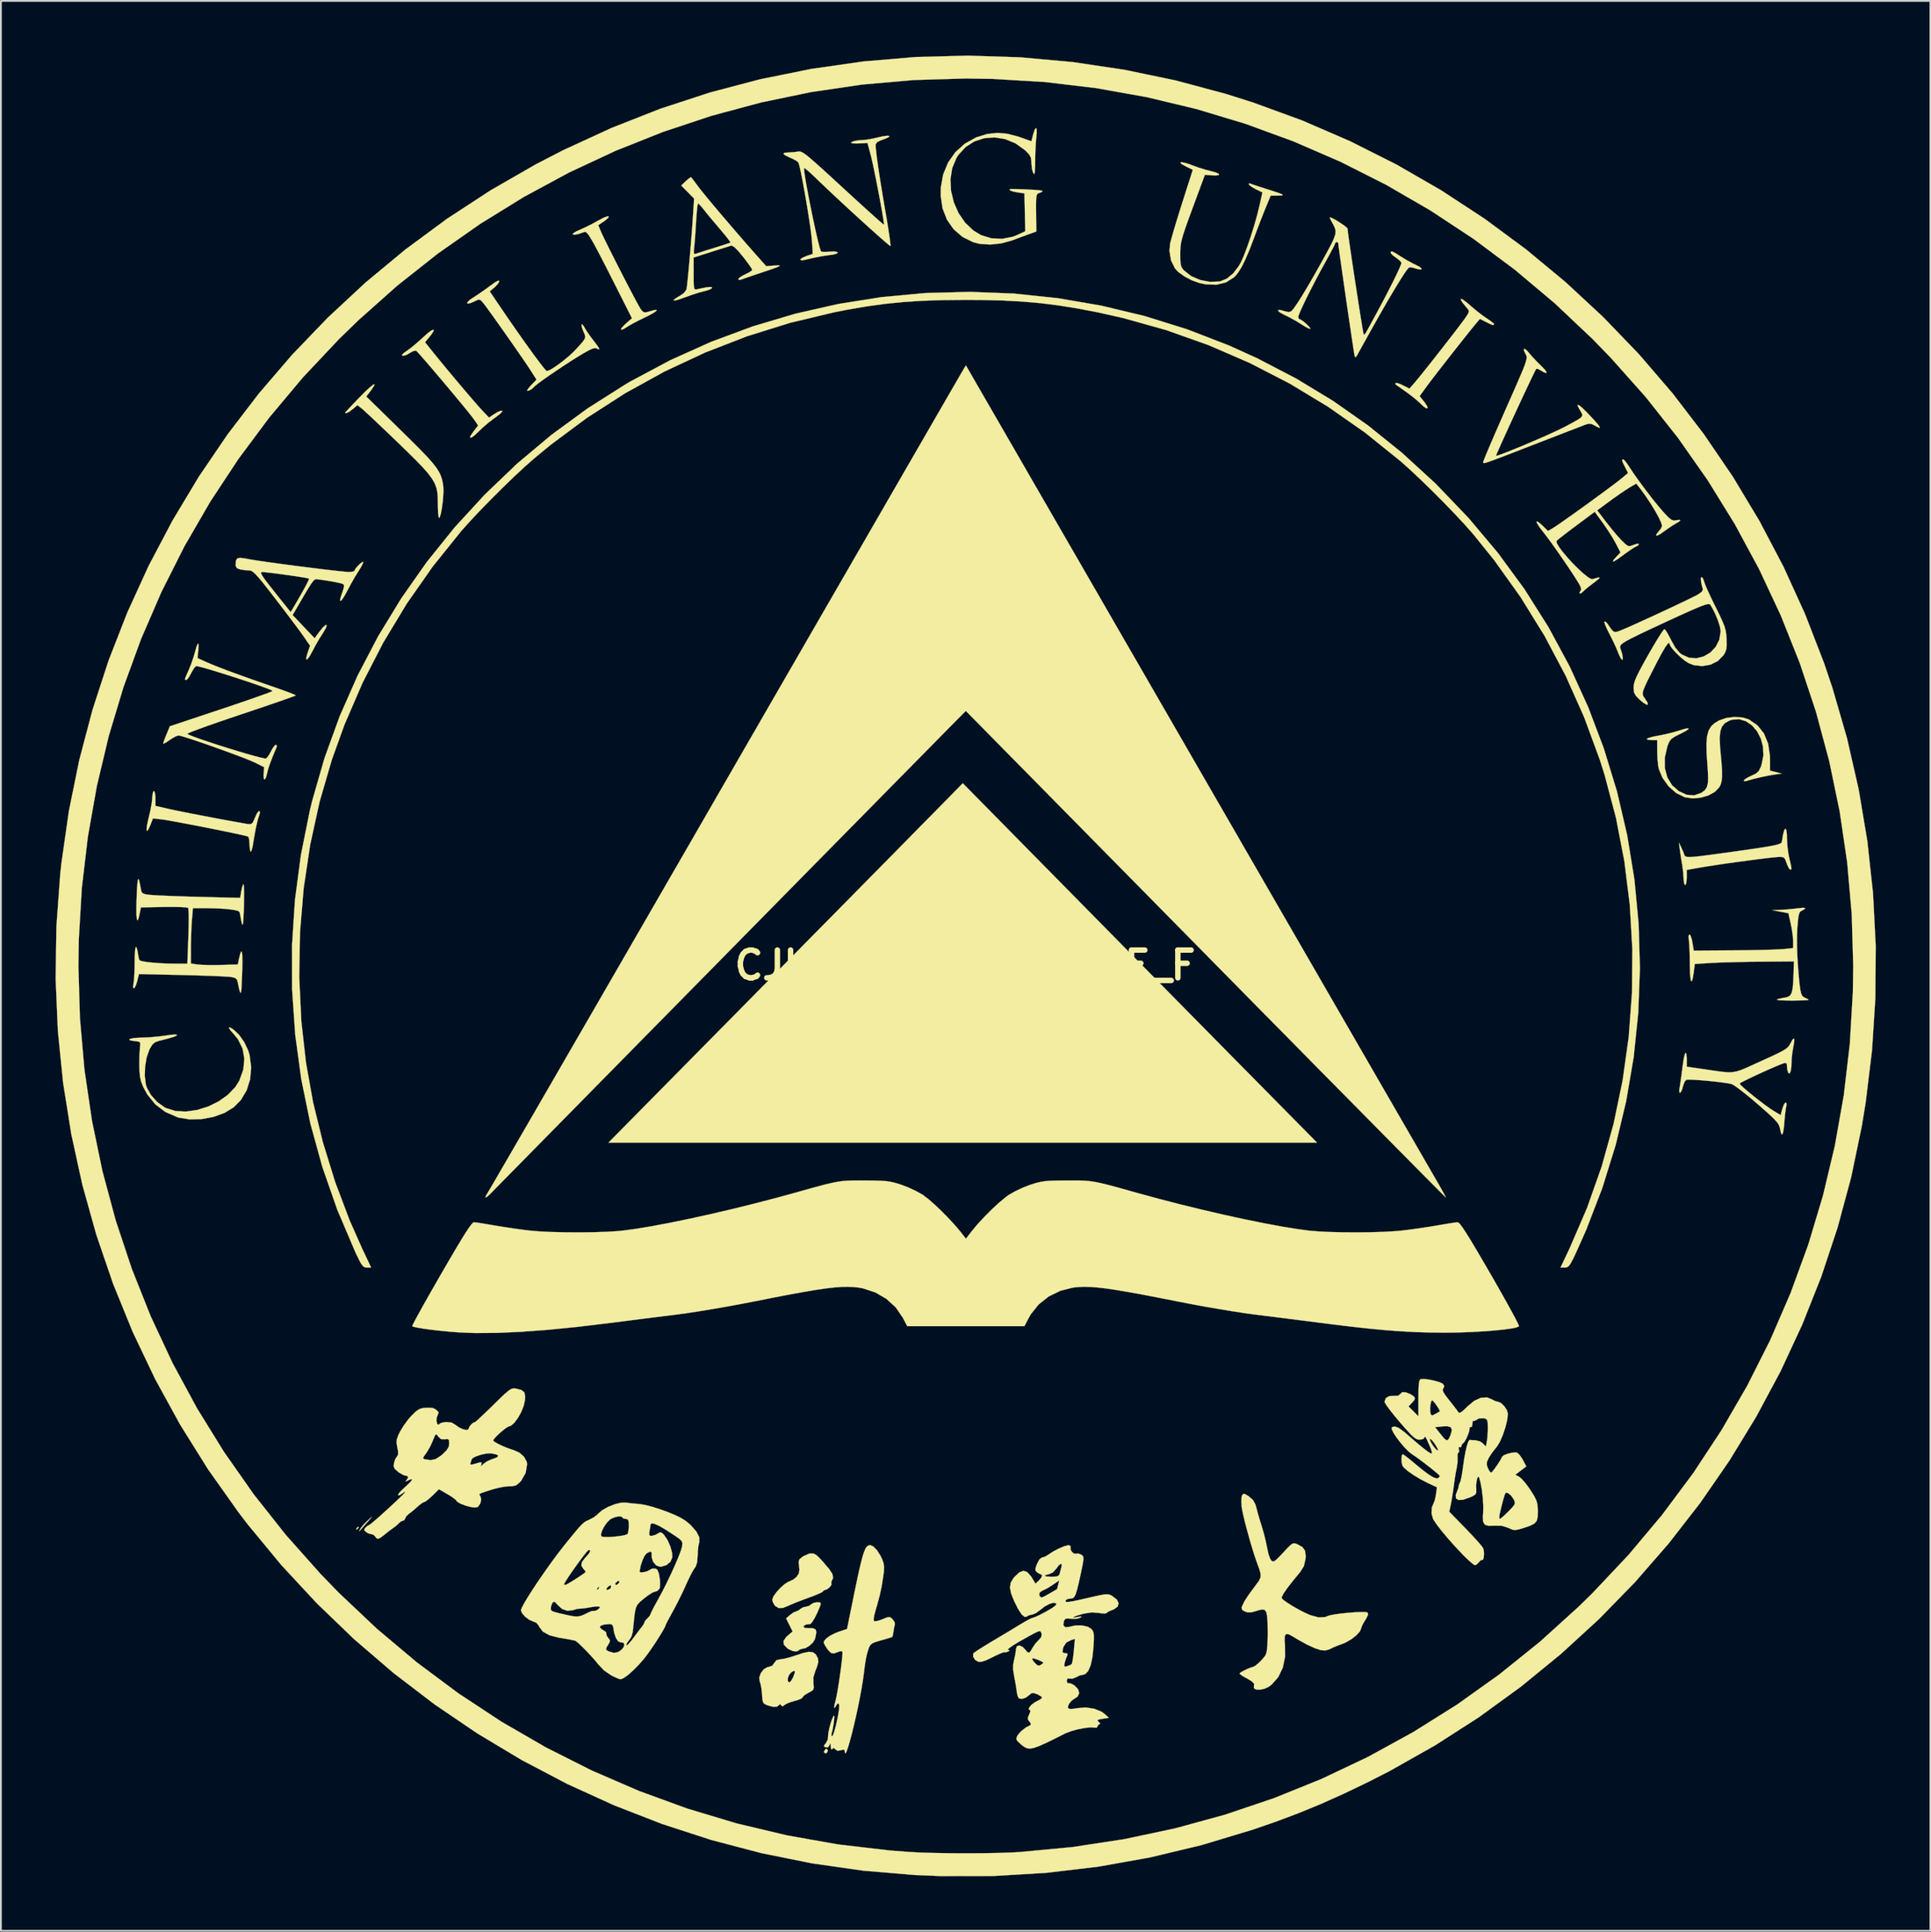
<source format=kicad_pcb>
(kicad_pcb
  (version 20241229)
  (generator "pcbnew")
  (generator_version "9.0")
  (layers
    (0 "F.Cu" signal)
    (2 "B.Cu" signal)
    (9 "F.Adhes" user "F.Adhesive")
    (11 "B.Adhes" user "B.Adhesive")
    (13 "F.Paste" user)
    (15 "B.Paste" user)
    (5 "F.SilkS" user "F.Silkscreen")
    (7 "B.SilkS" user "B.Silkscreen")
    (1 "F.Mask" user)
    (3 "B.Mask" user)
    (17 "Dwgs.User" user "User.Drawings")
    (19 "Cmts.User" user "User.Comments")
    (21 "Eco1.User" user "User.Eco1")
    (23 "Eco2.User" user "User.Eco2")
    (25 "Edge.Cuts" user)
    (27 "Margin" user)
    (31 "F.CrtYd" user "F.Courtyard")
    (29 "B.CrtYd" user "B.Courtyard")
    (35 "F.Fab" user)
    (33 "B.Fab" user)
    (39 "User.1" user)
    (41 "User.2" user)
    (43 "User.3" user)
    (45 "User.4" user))
  (footprint "CJLU_10x10_CIRCLE_F"
    (layer "F.Cu")
    (at 49.935 49.94)
    (property "Reference" "CJLU_10x10_CIRCLE_F" (at 0 0 0) (layer "F.SilkS") (effects (font (size 1.524 1.524) (thickness 0.3))))
    (attr through_hole)
    (fp_poly (pts (xy -33.301 30.873) (xy -33.316 30.903) (xy -33.396 30.984) (xy -33.411 30.988) (xy -33.417 30.933) (xy -33.401 30.903) (xy -33.321 30.822) (xy -33.306 30.819) (xy -33.301 30.873)) (stroke (width 0.01) (type solid)) (fill yes) (layer "F.SilkS"))
    (fp_poly (pts (xy -7.544 43.079) (xy -7.535 43.138) (xy -7.602 43.25) (xy -7.66 43.265) (xy -7.745 43.209) (xy -7.735 43.138) (xy -7.652 43.026) (xy -7.611 43.011) (xy -7.544 43.079)) (stroke (width 0.01) (type solid)) (fill yes) (layer "F.SilkS"))
    (fp_poly (pts (xy -32.62 30.345) (xy -32.773 30.522) (xy -32.847 30.607) (xy -33.042 30.829) (xy -33.19 30.997) (xy -33.258 31.073) (xy -33.256 31.045) (xy -33.208 30.946) (xy -33.094 30.79) (xy -32.906 30.585) (xy -32.797 30.48) (xy -32.635 30.332) (xy -32.575 30.285) (xy -32.62 30.345)) (stroke (width 0.01) (type solid)) (fill yes) (layer "F.SilkS"))
    (fp_poly (pts (xy 6.69 -3.075) (xy 7.651 -2.099) (xy 8.627 -1.109) (xy 9.605 -0.117) (xy 10.573 0.865) (xy 11.518 1.825) (xy 12.429 2.749) (xy 13.293 3.625) (xy 14.098 4.442) (xy 14.831 5.185) (xy 15.481 5.843) (xy 16.034 6.404) (xy 16.414 6.789) (xy 19.324 9.737) (xy -19.579 9.737) (xy -13.875 3.958) (xy -12.77 2.839) (xy -11.661 1.715) (xy -10.558 0.597) (xy -9.469 -0.507) (xy -8.402 -1.589) (xy -7.366 -2.639) (xy -6.37 -3.649) (xy -5.423 -4.61) (xy -4.533 -5.513) (xy -3.709 -6.349) (xy -2.96 -7.109) (xy -2.294 -7.785) (xy -1.72 -8.368) (xy -1.247 -8.849) (xy -0.883 -9.219) (xy -0.853 -9.25) (xy -0.125 -9.992) (xy 6.69 -3.075)) (stroke (width 0.01) (type solid)) (fill yes) (layer "F.SilkS"))
    (fp_poly (pts (xy -8.245 32.328) (xy -8.137 32.401) (xy -7.997 32.532) (xy -7.804 32.745) (xy -7.532 33.062) (xy -7.463 33.144) (xy -7.279 33.421) (xy -7.246 33.642) (xy -7.304 33.763) (xy -7.351 33.885) (xy -7.336 33.925) (xy -7.34 34.019) (xy -7.437 34.148) (xy -7.573 34.256) (xy -7.675 34.29) (xy -7.78 34.333) (xy -7.789 34.363) (xy -7.864 34.421) (xy -8.065 34.516) (xy -8.357 34.635) (xy -8.572 34.714) (xy -8.952 34.853) (xy -9.307 34.992) (xy -9.584 35.108) (xy -9.67 35.149) (xy -9.994 35.278) (xy -10.233 35.287) (xy -10.42 35.176) (xy -10.443 35.151) (xy -10.555 34.96) (xy -10.583 34.822) (xy -10.521 34.651) (xy -10.361 34.425) (xy -10.145 34.186) (xy -9.911 33.978) (xy -9.702 33.844) (xy -9.64 33.822) (xy -9.421 33.718) (xy -9.239 33.565) (xy -9.126 33.39) (xy -9.095 33.187) (xy -9.113 32.992) (xy -9.135 32.755) (xy -9.094 32.614) (xy -8.958 32.497) (xy -8.855 32.432) (xy -8.551 32.297) (xy -8.346 32.291) (xy -8.245 32.328)) (stroke (width 0.01) (type solid)) (fill yes) (layer "F.SilkS"))
    (fp_poly (pts (xy -7.955 34.981) (xy -7.92 35.055) (xy -7.966 35.2) (xy -8.101 35.522) (xy -8.247 35.815) (xy -8.382 36.04) (xy -8.484 36.158) (xy -8.503 36.166) (xy -8.669 36.184) (xy -8.714 36.187) (xy -8.845 36.257) (xy -8.868 36.299) (xy -8.823 36.373) (xy -8.619 36.391) (xy -8.613 36.391) (xy -8.347 36.397) (xy -8.204 36.461) (xy -8.165 36.612) (xy -8.213 36.879) (xy -8.247 37.005) (xy -8.354 37.182) (xy -8.545 37.357) (xy -8.76 37.487) (xy -8.939 37.526) (xy -8.947 37.524) (xy -9.079 37.564) (xy -9.1 37.59) (xy -9.238 37.668) (xy -9.455 37.648) (xy -9.699 37.538) (xy -9.758 37.498) (xy -9.945 37.3) (xy -9.968 37.1) (xy -9.826 36.883) (xy -9.729 36.794) (xy -9.466 36.573) (xy -9.646 36.215) (xy -9.825 35.856) (xy -9.607 35.666) (xy -9.427 35.535) (xy -9.284 35.476) (xy -9.277 35.475) (xy -9.133 35.416) (xy -9.059 35.348) (xy -8.893 35.245) (xy -8.763 35.221) (xy -8.563 35.168) (xy -8.467 35.094) (xy -8.308 35) (xy -8.12 34.967) (xy -7.955 34.981)) (stroke (width 0.01) (type solid)) (fill yes) (layer "F.SilkS"))
    (fp_poly (pts (xy -32.453 -31.799) (xy -32.595 -31.589) (xy -32.651 -31.515) (xy -32.874 -31.223) (xy -30.959 -29.348) (xy -30.38 -28.778) (xy -29.91 -28.308) (xy -29.539 -27.921) (xy -29.253 -27.601) (xy -29.04 -27.331) (xy -28.888 -27.095) (xy -28.783 -26.876) (xy -28.713 -26.658) (xy -28.666 -26.423) (xy -28.648 -26.301) (xy -28.637 -26.066) (xy -28.65 -25.757) (xy -28.681 -25.416) (xy -28.726 -25.084) (xy -28.778 -24.802) (xy -28.833 -24.612) (xy -28.877 -24.553) (xy -28.908 -24.632) (xy -28.931 -24.842) (xy -28.943 -25.146) (xy -28.944 -25.32) (xy -28.948 -25.654) (xy -28.97 -25.942) (xy -29.022 -26.203) (xy -29.117 -26.454) (xy -29.266 -26.715) (xy -29.481 -27.002) (xy -29.774 -27.336) (xy -30.157 -27.732) (xy -30.641 -28.211) (xy -31.142 -28.696) (xy -31.604 -29.14) (xy -32.036 -29.553) (xy -32.422 -29.918) (xy -32.742 -30.219) (xy -32.98 -30.438) (xy -33.116 -30.558) (xy -33.127 -30.566) (xy -33.36 -30.748) (xy -33.62 -30.529) (xy -33.825 -30.378) (xy -33.976 -30.307) (xy -34.036 -30.333) (xy -34.036 -30.336) (xy -33.98 -30.402) (xy -33.828 -30.566) (xy -33.6 -30.807) (xy -33.318 -31.099) (xy -33.232 -31.189) (xy -32.902 -31.519) (xy -32.652 -31.749) (xy -32.489 -31.875) (xy -32.42 -31.893) (xy -32.453 -31.799)) (stroke (width 0.01) (type solid)) (fill yes) (layer "F.SilkS"))
    (fp_poly (pts (xy -19.557 -41.106) (xy -19.596 -41.026) (xy -19.773 -40.877) (xy -19.848 -40.824) (xy -20.137 -40.628) (xy -20.009 -40.316) (xy -19.917 -40.112) (xy -19.765 -39.796) (xy -19.566 -39.393) (xy -19.333 -38.928) (xy -19.079 -38.427) (xy -18.816 -37.913) (xy -18.558 -37.413) (xy -18.317 -36.951) (xy -18.105 -36.552) (xy -17.937 -36.242) (xy -17.824 -36.044) (xy -17.791 -35.994) (xy -17.674 -35.867) (xy -17.553 -35.836) (xy -17.355 -35.885) (xy -17.326 -35.895) (xy -17.058 -35.97) (xy -16.934 -35.977) (xy -16.948 -35.923) (xy -17.094 -35.817) (xy -17.366 -35.668) (xy -17.548 -35.579) (xy -17.902 -35.407) (xy -18.224 -35.239) (xy -18.465 -35.103) (xy -18.535 -35.057) (xy -18.768 -34.914) (xy -18.883 -34.889) (xy -18.87 -34.968) (xy -18.718 -35.139) (xy -18.648 -35.203) (xy -18.288 -35.518) (xy -19.142 -37.211) (xy -19.534 -37.986) (xy -19.859 -38.623) (xy -20.124 -39.133) (xy -20.335 -39.53) (xy -20.502 -39.826) (xy -20.63 -40.035) (xy -20.729 -40.169) (xy -20.803 -40.24) (xy -20.863 -40.263) (xy -20.899 -40.256) (xy -21.208 -40.148) (xy -21.435 -40.103) (xy -21.545 -40.128) (xy -21.546 -40.129) (xy -21.498 -40.194) (xy -21.33 -40.294) (xy -21.133 -40.382) (xy -20.82 -40.524) (xy -20.447 -40.712) (xy -20.118 -40.894) (xy -19.833 -41.044) (xy -19.64 -41.113) (xy -19.557 -41.106)) (stroke (width 0.01) (type solid)) (fill yes) (layer "F.SilkS"))
    (fp_poly (pts (xy -44.486 -9.491) (xy -44.455 -9.298) (xy -44.45 -9.158) (xy -44.45 -8.749) (xy -43.667 -8.57) (xy -43.37 -8.506) (xy -42.943 -8.419) (xy -42.42 -8.316) (xy -41.838 -8.204) (xy -41.232 -8.088) (xy -40.639 -7.977) (xy -40.094 -7.878) (xy -39.632 -7.796) (xy -39.359 -7.749) (xy -39.215 -7.746) (xy -39.117 -7.819) (xy -39.025 -8.006) (xy -38.992 -8.09) (xy -38.891 -8.311) (xy -38.797 -8.446) (xy -38.761 -8.467) (xy -38.71 -8.405) (xy -38.721 -8.345) (xy -38.835 -7.979) (xy -38.947 -7.496) (xy -39.045 -6.947) (xy -39.063 -6.83) (xy -39.114 -6.53) (xy -39.167 -6.318) (xy -39.211 -6.228) (xy -39.222 -6.23) (xy -39.261 -6.348) (xy -39.283 -6.566) (xy -39.285 -6.655) (xy -39.302 -6.889) (xy -39.343 -7.042) (xy -39.362 -7.065) (xy -39.47 -7.097) (xy -39.717 -7.155) (xy -40.079 -7.234) (xy -40.528 -7.328) (xy -41.038 -7.433) (xy -41.583 -7.542) (xy -42.137 -7.651) (xy -42.673 -7.754) (xy -43.165 -7.847) (xy -43.586 -7.923) (xy -43.911 -7.979) (xy -44.105 -8.007) (xy -44.587 -8.061) (xy -44.723 -7.714) (xy -44.834 -7.465) (xy -44.907 -7.37) (xy -44.938 -7.42) (xy -44.926 -7.604) (xy -44.867 -7.91) (xy -44.819 -8.107) (xy -44.73 -8.489) (xy -44.662 -8.856) (xy -44.627 -9.144) (xy -44.624 -9.207) (xy -44.603 -9.427) (xy -44.557 -9.555) (xy -44.535 -9.567) (xy -44.486 -9.491)) (stroke (width 0.01) (type solid)) (fill yes) (layer "F.SilkS"))
    (fp_poly (pts (xy -29.181 -34.819) (xy -29.291 -34.642) (xy -29.391 -34.514) (xy -29.649 -34.201) (xy -29.157 -33.589) (xy -28.83 -33.187) (xy -28.458 -32.735) (xy -28.061 -32.26) (xy -27.662 -31.786) (xy -27.283 -31.34) (xy -26.945 -30.948) (xy -26.67 -30.634) (xy -26.479 -30.425) (xy -26.475 -30.42) (xy -26.135 -30.065) (xy -25.915 -30.216) (xy -25.71 -30.343) (xy -25.548 -30.421) (xy -25.416 -30.448) (xy -25.414 -30.394) (xy -25.53 -30.271) (xy -25.756 -30.095) (xy -25.845 -30.032) (xy -26.166 -29.788) (xy -26.501 -29.5) (xy -26.666 -29.341) (xy -26.933 -29.086) (xy -27.102 -28.965) (xy -27.175 -28.978) (xy -27.178 -29.004) (xy -27.131 -29.095) (xy -27.013 -29.266) (xy -26.956 -29.344) (xy -26.733 -29.635) (xy -26.972 -29.981) (xy -27.091 -30.138) (xy -27.293 -30.392) (xy -27.562 -30.722) (xy -27.881 -31.108) (xy -28.232 -31.528) (xy -28.597 -31.964) (xy -28.96 -32.393) (xy -29.303 -32.796) (xy -29.61 -33.152) (xy -29.862 -33.441) (xy -30.042 -33.642) (xy -30.134 -33.735) (xy -30.138 -33.737) (xy -30.259 -33.729) (xy -30.443 -33.638) (xy -30.481 -33.612) (xy -30.687 -33.498) (xy -30.859 -33.456) (xy -30.876 -33.458) (xy -30.916 -33.506) (xy -30.814 -33.612) (xy -30.643 -33.733) (xy -30.398 -33.914) (xy -30.093 -34.166) (xy -29.79 -34.439) (xy -29.748 -34.479) (xy -29.479 -34.719) (xy -29.287 -34.856) (xy -29.183 -34.89) (xy -29.181 -34.819)) (stroke (width 0.01) (type solid)) (fill yes) (layer "F.SilkS"))
    (fp_poly (pts (xy 27.361 -36.524) (xy 27.595 -36.345) (xy 27.791 -36.173) (xy 28.09 -35.92) (xy 28.413 -35.672) (xy 28.638 -35.517) (xy 28.858 -35.368) (xy 29.004 -35.249) (xy 29.041 -35.2) (xy 29.021 -35.148) (xy 28.94 -35.156) (xy 28.763 -35.233) (xy 28.61 -35.31) (xy 28.27 -35.483) (xy 28.102 -35.289) (xy 27.94 -35.094) (xy 27.696 -34.792) (xy 27.391 -34.41) (xy 27.047 -33.975) (xy 26.685 -33.515) (xy 26.326 -33.056) (xy 25.991 -32.626) (xy 25.702 -32.251) (xy 25.48 -31.959) (xy 25.395 -31.844) (xy 24.959 -31.246) (xy 25.229 -30.905) (xy 25.374 -30.689) (xy 25.397 -30.578) (xy 25.318 -30.576) (xy 25.153 -30.692) (xy 25.014 -30.827) (xy 24.82 -31.007) (xy 24.542 -31.234) (xy 24.238 -31.461) (xy 24.215 -31.478) (xy 23.953 -31.663) (xy 23.748 -31.808) (xy 23.638 -31.886) (xy 23.629 -31.893) (xy 23.638 -31.963) (xy 23.642 -31.968) (xy 23.739 -31.961) (xy 23.93 -31.89) (xy 24.045 -31.835) (xy 24.4 -31.654) (xy 24.71 -32.013) (xy 24.89 -32.229) (xy 25.143 -32.543) (xy 25.451 -32.928) (xy 25.793 -33.361) (xy 26.15 -33.816) (xy 26.503 -34.269) (xy 26.832 -34.694) (xy 27.118 -35.068) (xy 27.341 -35.364) (xy 27.482 -35.558) (xy 27.499 -35.583) (xy 27.626 -35.783) (xy 27.664 -35.903) (xy 27.62 -36.004) (xy 27.547 -36.091) (xy 27.32 -36.368) (xy 27.218 -36.533) (xy 27.234 -36.586) (xy 27.361 -36.524)) (stroke (width 0.01) (type solid)) (fill yes) (layer "F.SilkS"))
    (fp_poly (pts (xy -8.374 37.707) (xy -8.228 37.8) (xy -8.175 37.865) (xy -8.072 38.058) (xy -8.057 38.258) (xy -8.13 38.518) (xy -8.208 38.704) (xy -8.327 39.089) (xy -8.325 39.427) (xy -8.303 39.654) (xy -8.346 39.784) (xy -8.489 39.884) (xy -8.604 39.941) (xy -8.801 40.057) (xy -8.908 40.159) (xy -8.915 40.188) (xy -8.981 40.254) (xy -9.167 40.332) (xy -9.361 40.387) (xy -9.635 40.469) (xy -9.845 40.561) (xy -9.921 40.615) (xy -10.017 40.688) (xy -10.095 40.623) (xy -10.171 40.557) (xy -10.216 40.619) (xy -10.334 40.703) (xy -10.555 40.707) (xy -10.834 40.631) (xy -10.986 40.566) (xy -11.072 40.494) (xy -11.115 40.368) (xy -11.138 40.141) (xy -11.148 39.985) (xy -11.182 39.682) (xy -11.235 39.424) (xy -11.274 39.313) (xy -11.276 39.294) (xy -9.732 39.294) (xy -9.66 39.369) (xy -9.648 39.37) (xy -9.561 39.299) (xy -9.457 39.124) (xy -9.431 39.065) (xy -9.346 38.832) (xy -9.35 38.734) (xy -9.448 38.76) (xy -9.551 38.826) (xy -9.667 38.963) (xy -9.73 39.139) (xy -9.732 39.294) (xy -11.276 39.294) (xy -11.298 39.099) (xy -11.213 38.859) (xy -11.053 38.651) (xy -10.855 38.532) (xy -10.786 38.523) (xy -10.58 38.449) (xy -10.483 38.312) (xy -10.35 38.146) (xy -10.135 38.1) (xy -9.93 38.071) (xy -9.631 37.996) (xy -9.303 37.891) (xy -9.297 37.888) (xy -8.879 37.751) (xy -8.581 37.691) (xy -8.374 37.707)) (stroke (width 0.01) (type solid)) (fill yes) (layer "F.SilkS"))
    (fp_poly (pts (xy 45.088 -7.431) (xy 45.12 -7.201) (xy 45.129 -6.917) (xy 45.152 -6.52) (xy 45.21 -6.092) (xy 45.253 -5.884) (xy 45.328 -5.565) (xy 45.366 -5.376) (xy 45.368 -5.283) (xy 45.338 -5.252) (xy 45.304 -5.249) (xy 45.233 -5.322) (xy 45.144 -5.506) (xy 45.107 -5.607) (xy 45.025 -5.827) (xy 44.934 -5.928) (xy 44.774 -5.95) (xy 44.613 -5.942) (xy 44.362 -5.919) (xy 43.978 -5.876) (xy 43.493 -5.816) (xy 42.944 -5.744) (xy 42.362 -5.665) (xy 41.782 -5.584) (xy 41.238 -5.505) (xy 40.764 -5.432) (xy 40.394 -5.37) (xy 40.365 -5.365) (xy 39.624 -5.232) (xy 39.624 -4.817) (xy 39.608 -4.579) (xy 39.569 -4.429) (xy 39.539 -4.403) (xy 39.487 -4.478) (xy 39.454 -4.668) (xy 39.45 -4.763) (xy 39.43 -5.075) (xy 39.387 -5.43) (xy 39.368 -5.546) (xy 39.31 -5.892) (xy 39.257 -6.248) (xy 39.243 -6.35) (xy 39.196 -6.731) (xy 39.319 -6.477) (xy 39.42 -6.253) (xy 39.488 -6.075) (xy 39.513 -6.015) (xy 39.558 -5.973) (xy 39.643 -5.947) (xy 39.787 -5.941) (xy 40.008 -5.953) (xy 40.326 -5.986) (xy 40.759 -6.041) (xy 41.327 -6.117) (xy 41.841 -6.188) (xy 42.636 -6.299) (xy 43.279 -6.392) (xy 43.786 -6.469) (xy 44.172 -6.533) (xy 44.453 -6.589) (xy 44.645 -6.638) (xy 44.764 -6.684) (xy 44.826 -6.73) (xy 44.846 -6.774) (xy 44.91 -7.169) (xy 44.976 -7.412) (xy 45.037 -7.5) (xy 45.088 -7.431)) (stroke (width 0.01) (type solid)) (fill yes) (layer "F.SilkS"))
    (fp_poly (pts (xy -40.233 3.486) (xy -40.145 3.547) (xy -39.85 3.83) (xy -39.577 4.221) (xy -39.366 4.658) (xy -39.283 4.922) (xy -39.194 5.601) (xy -39.251 6.259) (xy -39.444 6.87) (xy -39.765 7.405) (xy -40.159 7.802) (xy -40.663 8.108) (xy -41.268 8.325) (xy -41.922 8.446) (xy -42.576 8.461) (xy -43.181 8.362) (xy -43.24 8.344) (xy -43.903 8.055) (xy -44.457 7.637) (xy -44.898 7.091) (xy -45.114 6.693) (xy -45.232 6.401) (xy -45.299 6.116) (xy -45.329 5.771) (xy -45.335 5.503) (xy -45.332 5.129) (xy -45.32 4.782) (xy -45.302 4.526) (xy -45.297 4.487) (xy -45.279 4.293) (xy -45.331 4.204) (xy -45.496 4.171) (xy -45.572 4.165) (xy -45.809 4.13) (xy -45.894 4.086) (xy -45.84 4.04) (xy -45.663 4.002) (xy -45.378 3.978) (xy -45.233 3.975) (xy -44.794 3.957) (xy -44.304 3.914) (xy -43.921 3.863) (xy -43.614 3.82) (xy -43.384 3.803) (xy -43.27 3.814) (xy -43.265 3.822) (xy -43.308 3.87) (xy -43.45 3.931) (xy -43.712 4.01) (xy -44.114 4.115) (xy -44.242 4.146) (xy -44.463 4.222) (xy -44.615 4.347) (xy -44.753 4.573) (xy -44.784 4.634) (xy -44.933 5.058) (xy -45.019 5.56) (xy -45.036 6.073) (xy -44.98 6.533) (xy -44.924 6.721) (xy -44.696 7.127) (xy -44.356 7.505) (xy -43.958 7.795) (xy -43.87 7.841) (xy -43.354 8) (xy -42.774 8.03) (xy -42.165 7.945) (xy -41.557 7.756) (xy -40.983 7.475) (xy -40.475 7.114) (xy -40.065 6.686) (xy -39.842 6.327) (xy -39.626 5.723) (xy -39.569 5.132) (xy -39.667 4.573) (xy -39.918 4.064) (xy -40.134 3.798) (xy -40.336 3.569) (xy -40.42 3.436) (xy -40.386 3.406) (xy -40.233 3.486)) (stroke (width 0.01) (type solid)) (fill yes) (layer "F.SilkS"))
    (fp_poly (pts (xy 46.124 -3.139) (xy 46.105 -3.085) (xy 45.953 -3.005) (xy 45.864 -2.951) (xy 45.803 -2.86) (xy 45.761 -2.698) (xy 45.728 -2.431) (xy 45.698 -2.074) (xy 45.678 -1.622) (xy 45.678 -1.072) (xy 45.695 -0.496) (xy 45.72 -0.085) (xy 45.766 0.509) (xy 45.807 0.956) (xy 45.848 1.279) (xy 45.892 1.5) (xy 45.944 1.641) (xy 46.01 1.725) (xy 46.094 1.775) (xy 46.113 1.783) (xy 46.264 1.854) (xy 46.313 1.898) (xy 46.234 1.915) (xy 46.02 1.928) (xy 45.707 1.937) (xy 45.412 1.94) (xy 45.052 1.936) (xy 44.771 1.924) (xy 44.601 1.905) (xy 44.567 1.887) (xy 44.679 1.842) (xy 44.893 1.796) (xy 44.975 1.783) (xy 45.164 1.742) (xy 45.297 1.66) (xy 45.386 1.51) (xy 45.44 1.266) (xy 45.472 0.9) (xy 45.487 0.508) (xy 45.508 -0.212) (xy 43.646 -0.196) (xy 43.035 -0.189) (xy 42.42 -0.177) (xy 41.844 -0.162) (xy 41.347 -0.146) (xy 40.971 -0.128) (xy 40.924 -0.125) (xy 40.065 -0.07) (xy 40.008 0.387) (xy 39.957 0.709) (xy 39.908 0.867) (xy 39.864 0.869) (xy 39.828 0.721) (xy 39.803 0.429) (xy 39.793 0.000283) (xy 39.792 -0.059) (xy 39.788 -0.488) (xy 39.775 -0.886) (xy 39.757 -1.204) (xy 39.739 -1.376) (xy 39.723 -1.601) (xy 39.767 -1.692) (xy 39.776 -1.693) (xy 39.838 -1.617) (xy 39.902 -1.422) (xy 39.936 -1.249) (xy 40.008 -0.804) (xy 42.208 -0.818) (xy 42.834 -0.824) (xy 43.434 -0.834) (xy 43.978 -0.846) (xy 44.434 -0.861) (xy 44.774 -0.876) (xy 44.937 -0.888) (xy 45.466 -0.945) (xy 45.466 -1.324) (xy 45.446 -1.61) (xy 45.395 -1.974) (xy 45.335 -2.279) (xy 45.204 -2.856) (xy 44.763 -2.941) (xy 44.323 -3.026) (xy 44.789 -3.043) (xy 45.163 -3.067) (xy 45.559 -3.106) (xy 45.699 -3.124) (xy 45.987 -3.153) (xy 46.124 -3.139)) (stroke (width 0.01) (type solid)) (fill yes) (layer "F.SilkS"))
    (fp_poly (pts (xy -25.569 -37.562) (xy -25.63 -37.432) (xy -25.78 -37.263) (xy -25.833 -37.216) (xy -26.096 -36.994) (xy -25.482 -36.087) (xy -25.093 -35.516) (xy -24.701 -34.95) (xy -24.32 -34.408) (xy -23.961 -33.906) (xy -23.639 -33.463) (xy -23.365 -33.096) (xy -23.152 -32.822) (xy -23.014 -32.659) (xy -22.97 -32.621) (xy -22.852 -32.65) (xy -22.64 -32.768) (xy -22.368 -32.952) (xy -22.067 -33.177) (xy -21.772 -33.42) (xy -21.514 -33.656) (xy -21.418 -33.755) (xy -21.144 -34.052) (xy -20.968 -34.256) (xy -20.876 -34.399) (xy -20.853 -34.516) (xy -20.884 -34.637) (xy -20.955 -34.798) (xy -20.955 -34.799) (xy -21.041 -35.029) (xy -21.06 -35.166) (xy -21.02 -35.188) (xy -20.929 -35.074) (xy -20.882 -34.989) (xy -20.76 -34.789) (xy -20.574 -34.524) (xy -20.41 -34.307) (xy -20.199 -34.032) (xy -20.094 -33.871) (xy -20.088 -33.811) (xy -20.177 -33.836) (xy -20.223 -33.86) (xy -20.323 -33.881) (xy -20.471 -33.845) (xy -20.693 -33.74) (xy -21.016 -33.556) (xy -21.193 -33.449) (xy -21.578 -33.209) (xy -21.993 -32.94) (xy -22.413 -32.661) (xy -22.811 -32.39) (xy -23.162 -32.144) (xy -23.438 -31.941) (xy -23.615 -31.8) (xy -23.665 -31.749) (xy -23.763 -31.653) (xy -23.901 -31.57) (xy -24.014 -31.532) (xy -24.045 -31.552) (xy -23.991 -31.646) (xy -23.855 -31.809) (xy -23.786 -31.882) (xy -23.527 -32.15) (xy -23.85 -32.654) (xy -24.008 -32.894) (xy -24.236 -33.231) (xy -24.517 -33.639) (xy -24.833 -34.093) (xy -25.165 -34.566) (xy -25.494 -35.034) (xy -25.804 -35.47) (xy -26.076 -35.849) (xy -26.291 -36.144) (xy -26.432 -36.33) (xy -26.449 -36.351) (xy -26.588 -36.506) (xy -26.697 -36.545) (xy -26.855 -36.484) (xy -26.918 -36.452) (xy -27.185 -36.338) (xy -27.323 -36.325) (xy -27.325 -36.396) (xy -27.182 -36.535) (xy -27.008 -36.652) (xy -26.684 -36.863) (xy -26.319 -37.118) (xy -26.056 -37.312) (xy -25.784 -37.506) (xy -25.62 -37.588) (xy -25.569 -37.562)) (stroke (width 0.01) (type solid)) (fill yes) (layer "F.SilkS"))
    (fp_poly (pts (xy 3.931 -45.908) (xy 3.938 -45.703) (xy 3.917 -45.487) (xy 3.887 -45.17) (xy 3.864 -44.76) (xy 3.853 -44.331) (xy 3.852 -44.217) (xy 3.847 -43.877) (xy 3.833 -43.611) (xy 3.812 -43.457) (xy 3.799 -43.434) (xy 3.733 -43.511) (xy 3.678 -43.71) (xy 3.646 -43.985) (xy 3.642 -44.123) (xy 3.616 -44.334) (xy 3.517 -44.516) (xy 3.313 -44.726) (xy 3.291 -44.746) (xy 2.769 -45.12) (xy 2.205 -45.353) (xy 1.625 -45.447) (xy 1.053 -45.404) (xy 0.514 -45.228) (xy 0.033 -44.921) (xy -0.365 -44.487) (xy -0.468 -44.326) (xy -0.704 -43.765) (xy -0.801 -43.151) (xy -0.769 -42.514) (xy -0.618 -41.884) (xy -0.356 -41.291) (xy 0.005 -40.765) (xy 0.457 -40.336) (xy 0.882 -40.08) (xy 1.443 -39.908) (xy 2.043 -39.88) (xy 2.63 -39.996) (xy 2.86 -40.088) (xy 3.307 -40.296) (xy 3.283 -41.336) (xy 3.26 -42.376) (xy 2.901 -42.423) (xy 2.641 -42.474) (xy 2.479 -42.535) (xy 2.447 -42.595) (xy 2.462 -42.609) (xy 2.556 -42.614) (xy 2.784 -42.611) (xy 3.11 -42.601) (xy 3.471 -42.586) (xy 3.888 -42.563) (xy 4.146 -42.537) (xy 4.256 -42.503) (xy 4.231 -42.458) (xy 4.079 -42.397) (xy 4.017 -42.377) (xy 3.961 -42.334) (xy 3.924 -42.231) (xy 3.904 -42.039) (xy 3.897 -41.732) (xy 3.9 -41.309) (xy 3.914 -40.282) (xy 3.502 -40.133) (xy 3.185 -40.017) (xy 2.812 -39.879) (xy 2.582 -39.793) (xy 1.992 -39.629) (xy 1.382 -39.565) (xy 0.808 -39.601) (xy 0.451 -39.691) (xy -0.143 -39.987) (xy -0.628 -40.405) (xy -0.994 -40.93) (xy -1.234 -41.548) (xy -1.337 -42.243) (xy -1.332 -42.68) (xy -1.203 -43.412) (xy -0.93 -44.07) (xy -0.528 -44.64) (xy -0.009 -45.104) (xy 0.612 -45.448) (xy 1.221 -45.635) (xy 1.767 -45.696) (xy 2.325 -45.648) (xy 2.943 -45.484) (xy 3.098 -45.43) (xy 3.643 -45.232) (xy 3.737 -45.603) (xy 3.82 -45.865) (xy 3.888 -45.964) (xy 3.931 -45.908)) (stroke (width 0.01) (type solid)) (fill yes) (layer "F.SilkS"))
    (fp_poly (pts (xy 12.049 -44.058) (xy 12.319 -43.975) (xy 12.47 -43.917) (xy 12.842 -43.784) (xy 13.243 -43.661) (xy 13.483 -43.6) (xy 13.783 -43.517) (xy 13.936 -43.442) (xy 13.938 -43.385) (xy 13.785 -43.358) (xy 13.569 -43.364) (xy 13.167 -43.392) (xy 12.494 -41.571) (xy 12.276 -40.978) (xy 12.111 -40.516) (xy 11.991 -40.158) (xy 11.909 -39.877) (xy 11.858 -39.645) (xy 11.83 -39.436) (xy 11.818 -39.222) (xy 11.816 -39.06) (xy 11.819 -38.706) (xy 11.84 -38.475) (xy 11.89 -38.318) (xy 11.979 -38.189) (xy 12.023 -38.141) (xy 12.415 -37.833) (xy 12.906 -37.62) (xy 13.445 -37.517) (xy 13.981 -37.538) (xy 14.006 -37.543) (xy 14.371 -37.691) (xy 14.723 -37.983) (xy 15.035 -38.392) (xy 15.151 -38.601) (xy 15.311 -38.962) (xy 15.494 -39.445) (xy 15.686 -40.003) (xy 15.871 -40.593) (xy 16.035 -41.17) (xy 16.164 -41.69) (xy 16.172 -41.724) (xy 16.326 -42.427) (xy 15.952 -42.609) (xy 15.751 -42.723) (xy 15.616 -42.829) (xy 15.566 -42.902) (xy 15.621 -42.919) (xy 15.727 -42.886) (xy 15.874 -42.834) (xy 16.134 -42.748) (xy 16.457 -42.644) (xy 16.552 -42.614) (xy 16.986 -42.475) (xy 17.27 -42.378) (xy 17.419 -42.315) (xy 17.444 -42.279) (xy 17.359 -42.261) (xy 17.177 -42.254) (xy 17.174 -42.254) (xy 16.78 -42.249) (xy 16.52 -41.623) (xy 16.383 -41.285) (xy 16.212 -40.847) (xy 16.031 -40.373) (xy 15.89 -39.994) (xy 15.626 -39.301) (xy 15.394 -38.754) (xy 15.186 -38.334) (xy 14.992 -38.022) (xy 14.803 -37.8) (xy 14.76 -37.76) (xy 14.325 -37.488) (xy 13.808 -37.36) (xy 13.222 -37.378) (xy 12.863 -37.454) (xy 12.452 -37.602) (xy 12.053 -37.812) (xy 11.719 -38.05) (xy 11.529 -38.249) (xy 11.306 -38.703) (xy 11.223 -39.216) (xy 11.254 -39.591) (xy 11.303 -39.793) (xy 11.396 -40.126) (xy 11.523 -40.56) (xy 11.677 -41.066) (xy 11.847 -41.612) (xy 11.918 -41.836) (xy 12.504 -43.667) (xy 12.115 -43.859) (xy 11.894 -43.983) (xy 11.82 -44.06) (xy 11.877 -44.086) (xy 12.049 -44.058)) (stroke (width 0.01) (type solid)) (fill yes) (layer "F.SilkS"))
    (fp_poly (pts (xy 30.79 -33.802) (xy 30.952 -33.631) (xy 30.969 -33.61) (xy 31.154 -33.393) (xy 31.405 -33.128) (xy 31.621 -32.916) (xy 31.834 -32.696) (xy 31.928 -32.557) (xy 31.902 -32.51) (xy 31.756 -32.566) (xy 31.617 -32.65) (xy 31.455 -32.736) (xy 31.363 -32.746) (xy 31.312 -32.656) (xy 31.204 -32.437) (xy 31.047 -32.112) (xy 30.854 -31.704) (xy 30.633 -31.234) (xy 30.396 -30.726) (xy 30.154 -30.202) (xy 29.915 -29.684) (xy 29.692 -29.196) (xy 29.494 -28.76) (xy 29.332 -28.398) (xy 29.217 -28.134) (xy 29.158 -27.989) (xy 29.153 -27.969) (xy 29.243 -27.985) (xy 29.462 -28.06) (xy 29.784 -28.183) (xy 30.184 -28.343) (xy 30.636 -28.53) (xy 31.114 -28.732) (xy 31.594 -28.94) (xy 32.05 -29.142) (xy 32.455 -29.327) (xy 32.785 -29.486) (xy 32.935 -29.562) (xy 33.349 -29.783) (xy 33.632 -29.941) (xy 33.804 -30.058) (xy 33.882 -30.152) (xy 33.886 -30.244) (xy 33.834 -30.353) (xy 33.773 -30.453) (xy 33.651 -30.674) (xy 33.635 -30.768) (xy 33.721 -30.738) (xy 33.904 -30.584) (xy 34.181 -30.311) (xy 34.263 -30.224) (xy 34.578 -29.885) (xy 34.774 -29.656) (xy 34.856 -29.53) (xy 34.828 -29.501) (xy 34.693 -29.561) (xy 34.614 -29.606) (xy 34.402 -29.713) (xy 34.236 -29.73) (xy 34.03 -29.667) (xy 33.878 -29.608) (xy 33.591 -29.497) (xy 33.191 -29.343) (xy 32.702 -29.154) (xy 32.147 -28.939) (xy 31.548 -28.707) (xy 31.411 -28.654) (xy 30.649 -28.359) (xy 30.031 -28.119) (xy 29.54 -27.931) (xy 29.163 -27.788) (xy 28.884 -27.685) (xy 28.689 -27.618) (xy 28.563 -27.58) (xy 28.49 -27.568) (xy 28.457 -27.575) (xy 28.448 -27.597) (xy 28.448 -27.628) (xy 28.481 -27.727) (xy 28.576 -27.963) (xy 28.724 -28.317) (xy 28.918 -28.771) (xy 29.15 -29.308) (xy 29.412 -29.908) (xy 29.683 -30.522) (xy 30.006 -31.253) (xy 30.266 -31.844) (xy 30.469 -32.313) (xy 30.622 -32.676) (xy 30.729 -32.949) (xy 30.796 -33.148) (xy 30.831 -33.289) (xy 30.837 -33.388) (xy 30.822 -33.462) (xy 30.79 -33.527) (xy 30.775 -33.553) (xy 30.681 -33.757) (xy 30.692 -33.842) (xy 30.79 -33.802)) (stroke (width 0.01) (type solid)) (fill yes) (layer "F.SilkS"))
    (fp_poly (pts (xy 42.698 -13.601) (xy 43.036 -13.495) (xy 43.511 -13.166) (xy 43.863 -12.723) (xy 44.091 -12.169) (xy 44.191 -11.509) (xy 44.196 -11.308) (xy 44.196 -10.685) (xy 44.831 -10.525) (xy 44.408 -10.463) (xy 44.063 -10.403) (xy 43.674 -10.321) (xy 43.301 -10.232) (xy 43.006 -10.15) (xy 42.905 -10.115) (xy 42.784 -10.103) (xy 42.757 -10.141) (xy 42.828 -10.218) (xy 43.011 -10.327) (xy 43.173 -10.403) (xy 43.427 -10.527) (xy 43.578 -10.662) (xy 43.682 -10.87) (xy 43.733 -11.015) (xy 43.832 -11.51) (xy 43.813 -11.994) (xy 43.692 -12.446) (xy 43.484 -12.846) (xy 43.205 -13.17) (xy 42.872 -13.398) (xy 42.501 -13.508) (xy 42.106 -13.478) (xy 41.958 -13.428) (xy 41.721 -13.293) (xy 41.56 -13.106) (xy 41.466 -12.84) (xy 41.433 -12.47) (xy 41.454 -11.972) (xy 41.477 -11.721) (xy 41.531 -11.134) (xy 41.56 -10.687) (xy 41.562 -10.352) (xy 41.537 -10.103) (xy 41.482 -9.912) (xy 41.412 -9.772) (xy 41.167 -9.517) (xy 40.807 -9.32) (xy 40.381 -9.196) (xy 39.935 -9.16) (xy 39.519 -9.223) (xy 39.508 -9.227) (xy 39.038 -9.46) (xy 38.622 -9.827) (xy 38.291 -10.296) (xy 38.093 -10.767) (xy 38.051 -10.991) (xy 38.019 -11.318) (xy 38.005 -11.678) (xy 38.005 -11.705) (xy 38.002 -12.361) (xy 37.712 -12.361) (xy 37.492 -12.376) (xy 37.427 -12.415) (xy 37.507 -12.471) (xy 37.722 -12.537) (xy 38.061 -12.605) (xy 38.063 -12.605) (xy 38.461 -12.684) (xy 38.87 -12.784) (xy 39.181 -12.877) (xy 39.514 -12.979) (xy 39.696 -13.01) (xy 39.726 -12.974) (xy 39.599 -12.877) (xy 39.313 -12.725) (xy 39.269 -12.704) (xy 38.973 -12.557) (xy 38.79 -12.435) (xy 38.676 -12.297) (xy 38.59 -12.099) (xy 38.554 -11.996) (xy 38.418 -11.394) (xy 38.421 -10.825) (xy 38.557 -10.313) (xy 38.82 -9.879) (xy 39.187 -9.558) (xy 39.619 -9.359) (xy 40.027 -9.327) (xy 40.416 -9.462) (xy 40.447 -9.48) (xy 40.613 -9.606) (xy 40.723 -9.763) (xy 40.783 -9.982) (xy 40.799 -10.294) (xy 40.779 -10.73) (xy 40.762 -10.954) (xy 40.716 -11.626) (xy 40.706 -12.154) (xy 40.739 -12.562) (xy 40.82 -12.872) (xy 40.955 -13.108) (xy 41.151 -13.292) (xy 41.401 -13.441) (xy 41.801 -13.578) (xy 42.256 -13.632) (xy 42.698 -13.601)) (stroke (width 0.01) (type solid)) (fill yes) (layer "F.SilkS"))
    (fp_poly (pts (xy 45.531 4.12) (xy 45.497 4.373) (xy 45.474 4.486) (xy 45.418 4.822) (xy 45.384 5.161) (xy 45.38 5.275) (xy 45.365 5.603) (xy 45.325 5.834) (xy 45.268 5.945) (xy 45.202 5.913) (xy 45.147 5.747) (xy 45.129 5.561) (xy 45.109 5.396) (xy 45.028 5.36) (xy 44.949 5.379) (xy 44.757 5.451) (xy 44.471 5.57) (xy 44.123 5.721) (xy 43.745 5.892) (xy 43.369 6.065) (xy 43.028 6.227) (xy 42.753 6.363) (xy 42.577 6.457) (xy 42.529 6.493) (xy 42.583 6.571) (xy 42.746 6.726) (xy 42.989 6.936) (xy 43.285 7.178) (xy 43.605 7.429) (xy 43.92 7.668) (xy 44.203 7.871) (xy 44.425 8.015) (xy 44.779 8.224) (xy 44.872 7.88) (xy 44.949 7.667) (xy 45.03 7.546) (xy 45.056 7.535) (xy 45.108 7.603) (xy 45.091 7.726) (xy 45.058 7.898) (xy 45.022 8.185) (xy 44.99 8.53) (xy 44.984 8.615) (xy 44.946 9) (xy 44.901 9.229) (xy 44.851 9.298) (xy 44.796 9.203) (xy 44.747 8.977) (xy 44.715 8.847) (xy 44.656 8.721) (xy 44.55 8.577) (xy 44.38 8.396) (xy 44.127 8.159) (xy 43.773 7.845) (xy 43.511 7.616) (xy 43.12 7.284) (xy 42.756 6.989) (xy 42.445 6.75) (xy 42.212 6.588) (xy 42.089 6.522) (xy 41.887 6.48) (xy 41.575 6.435) (xy 41.194 6.389) (xy 40.782 6.346) (xy 40.379 6.311) (xy 40.023 6.287) (xy 39.753 6.277) (xy 39.609 6.286) (xy 39.604 6.287) (xy 39.504 6.397) (xy 39.427 6.602) (xy 39.42 6.637) (xy 39.358 6.852) (xy 39.28 6.987) (xy 39.269 6.995) (xy 39.217 6.981) (xy 39.217 6.83) (xy 39.239 6.68) (xy 39.279 6.424) (xy 39.33 6.064) (xy 39.382 5.663) (xy 39.401 5.517) (xy 39.456 5.145) (xy 39.511 4.905) (xy 39.561 4.805) (xy 39.6 4.854) (xy 39.621 5.058) (xy 39.624 5.211) (xy 39.624 5.568) (xy 40.534 5.7) (xy 41.085 5.782) (xy 41.503 5.841) (xy 41.827 5.873) (xy 42.093 5.872) (xy 42.337 5.834) (xy 42.596 5.753) (xy 42.907 5.625) (xy 43.307 5.444) (xy 43.696 5.266) (xy 44.211 5.032) (xy 44.595 4.851) (xy 44.868 4.711) (xy 45.055 4.598) (xy 45.178 4.497) (xy 45.26 4.396) (xy 45.323 4.28) (xy 45.323 4.28) (xy 45.44 4.069) (xy 45.511 4.017) (xy 45.531 4.12)) (stroke (width 0.01) (type solid)) (fill yes) (layer "F.SilkS"))
    (fp_poly (pts (xy -42.084 -17.51) (xy -42.098 -17.299) (xy -42.138 -16.86) (xy -41.58 -16.61) (xy -41.179 -16.442) (xy -40.629 -16.229) (xy -39.926 -15.97) (xy -39.068 -15.663) (xy -38.052 -15.309) (xy -37.825 -15.231) (xy -37.43 -15.091) (xy -37.1 -14.969) (xy -36.864 -14.876) (xy -36.751 -14.822) (xy -36.746 -14.816) (xy -36.823 -14.78) (xy -37.044 -14.698) (xy -37.39 -14.575) (xy -37.844 -14.417) (xy -38.389 -14.23) (xy -39.007 -14.021) (xy -39.68 -13.796) (xy -39.759 -13.769) (xy -40.434 -13.542) (xy -41.052 -13.33) (xy -41.597 -13.139) (xy -42.052 -12.974) (xy -42.399 -12.843) (xy -42.621 -12.751) (xy -42.702 -12.705) (xy -42.701 -12.702) (xy -42.576 -12.637) (xy -42.315 -12.534) (xy -41.947 -12.402) (xy -41.499 -12.251) (xy -40.999 -12.087) (xy -40.475 -11.921) (xy -39.954 -11.761) (xy -39.463 -11.615) (xy -39.032 -11.493) (xy -38.686 -11.403) (xy -38.455 -11.353) (xy -38.392 -11.347) (xy -38.307 -11.416) (xy -38.188 -11.593) (xy -38.118 -11.726) (xy -37.994 -11.946) (xy -37.883 -12.083) (xy -37.838 -12.107) (xy -37.778 -12.049) (xy -37.788 -12.002) (xy -37.996 -11.501) (xy -38.143 -11.124) (xy -38.241 -10.842) (xy -38.3 -10.625) (xy -38.314 -10.561) (xy -38.381 -10.308) (xy -38.449 -10.198) (xy -38.5 -10.234) (xy -38.515 -10.423) (xy -38.51 -10.507) (xy -38.481 -10.873) (xy -38.989 -11.126) (xy -39.208 -11.224) (xy -39.541 -11.358) (xy -39.961 -11.519) (xy -40.441 -11.697) (xy -40.954 -11.883) (xy -41.472 -12.067) (xy -41.967 -12.239) (xy -42.414 -12.389) (xy -42.784 -12.509) (xy -43.05 -12.587) (xy -43.184 -12.615) (xy -43.33 -12.568) (xy -43.547 -12.447) (xy -43.675 -12.361) (xy -43.872 -12.229) (xy -44 -12.164) (xy -44.027 -12.169) (xy -43.997 -12.276) (xy -43.919 -12.486) (xy -43.843 -12.675) (xy -43.659 -13.119) (xy -40.837 -14.06) (xy -40.181 -14.28) (xy -39.58 -14.485) (xy -39.05 -14.668) (xy -38.611 -14.824) (xy -38.28 -14.945) (xy -38.076 -15.026) (xy -38.015 -15.058) (xy -38.092 -15.104) (xy -38.305 -15.191) (xy -38.628 -15.31) (xy -39.035 -15.452) (xy -39.501 -15.61) (xy -39.998 -15.774) (xy -40.503 -15.936) (xy -40.987 -16.088) (xy -41.426 -16.222) (xy -41.793 -16.328) (xy -42.063 -16.398) (xy -42.209 -16.425) (xy -42.211 -16.425) (xy -42.296 -16.355) (xy -42.414 -16.177) (xy -42.485 -16.044) (xy -42.607 -15.825) (xy -42.714 -15.687) (xy -42.756 -15.663) (xy -42.814 -15.669) (xy -42.83 -15.709) (xy -42.796 -15.817) (xy -42.704 -16.028) (xy -42.634 -16.182) (xy -42.489 -16.539) (xy -42.352 -16.941) (xy -42.296 -17.137) (xy -42.202 -17.469) (xy -42.133 -17.644) (xy -42.093 -17.658) (xy -42.084 -17.51)) (stroke (width 0.01) (type solid)) (fill yes) (layer "F.SilkS"))
    (fp_poly (pts (xy -15.037 -43.258) (xy -14.973 -43.178) (xy -14.836 -42.997) (xy -14.654 -42.753) (xy -14.626 -42.714) (xy -14.449 -42.488) (xy -14.179 -42.157) (xy -13.833 -41.741) (xy -13.43 -41.263) (xy -12.988 -40.745) (xy -12.526 -40.206) (xy -12.06 -39.67) (xy -11.611 -39.158) (xy -11.416 -38.938) (xy -10.92 -38.379) (xy -10.476 -38.41) (xy -10.278 -38.421) (xy -10.177 -38.414) (xy -10.184 -38.384) (xy -10.31 -38.324) (xy -10.569 -38.23) (xy -10.97 -38.093) (xy -11.261 -37.996) (xy -11.636 -37.871) (xy -11.963 -37.759) (xy -12.2 -37.675) (xy -12.298 -37.638) (xy -12.423 -37.623) (xy -12.446 -37.671) (xy -12.375 -37.757) (xy -12.193 -37.87) (xy -12.065 -37.931) (xy -11.844 -38.041) (xy -11.707 -38.139) (xy -11.684 -38.176) (xy -11.734 -38.274) (xy -11.867 -38.47) (xy -12.062 -38.731) (xy -12.196 -38.903) (xy -12.468 -39.229) (xy -12.665 -39.425) (xy -12.801 -39.504) (xy -12.853 -39.503) (xy -12.987 -39.461) (xy -13.246 -39.379) (xy -13.589 -39.271) (xy -13.949 -39.157) (xy -14.901 -38.856) (xy -14.901 -37.961) (xy -14.9 -37.564) (xy -14.892 -37.308) (xy -14.871 -37.164) (xy -14.83 -37.105) (xy -14.763 -37.1) (xy -14.711 -37.111) (xy -14.497 -37.158) (xy -14.231 -37.21) (xy -14.203 -37.215) (xy -13.972 -37.237) (xy -13.885 -37.207) (xy -13.93 -37.143) (xy -14.097 -37.065) (xy -14.313 -37.006) (xy -14.61 -36.928) (xy -14.984 -36.809) (xy -15.356 -36.675) (xy -15.371 -36.67) (xy -15.663 -36.565) (xy -15.883 -36.502) (xy -15.995 -36.49) (xy -16.002 -36.499) (xy -15.933 -36.579) (xy -15.761 -36.693) (xy -15.673 -36.74) (xy -15.441 -36.899) (xy -15.306 -37.073) (xy -15.296 -37.102) (xy -15.272 -37.254) (xy -15.238 -37.548) (xy -15.197 -37.955) (xy -15.151 -38.448) (xy -15.102 -38.999) (xy -15.088 -39.176) (xy -14.894 -39.176) (xy -14.879 -39.063) (xy -14.817 -39.048) (xy -14.781 -39.059) (xy -14.646 -39.105) (xy -14.388 -39.188) (xy -14.051 -39.294) (xy -13.777 -39.379) (xy -13.42 -39.491) (xy -13.129 -39.585) (xy -12.937 -39.651) (xy -12.879 -39.675) (xy -12.918 -39.746) (xy -13.047 -39.918) (xy -13.246 -40.165) (xy -13.472 -40.434) (xy -13.754 -40.766) (xy -14.023 -41.088) (xy -14.243 -41.356) (xy -14.351 -41.492) (xy -14.508 -41.682) (xy -14.625 -41.802) (xy -14.658 -41.822) (xy -14.683 -41.744) (xy -14.712 -41.53) (xy -14.741 -41.213) (xy -14.767 -40.831) (xy -14.793 -40.389) (xy -14.823 -39.965) (xy -14.852 -39.613) (xy -14.871 -39.421) (xy -14.894 -39.176) (xy -15.088 -39.176) (xy -15.054 -39.58) (xy -15.008 -40.163) (xy -14.966 -40.72) (xy -14.936 -41.175) (xy -14.877 -42.091) (xy -15.229 -42.449) (xy -15.581 -42.808) (xy -15.327 -43.051) (xy -15.162 -43.194) (xy -15.054 -43.26) (xy -15.037 -43.258)) (stroke (width 0.01) (type solid)) (fill yes) (layer "F.SilkS"))
    (fp_poly (pts (xy -39.532 -22.334) (xy -39.37 -22.302) (xy -39.132 -22.259) (xy -38.763 -22.202) (xy -38.29 -22.133) (xy -37.741 -22.057) (xy -37.141 -21.977) (xy -36.52 -21.896) (xy -35.902 -21.818) (xy -35.316 -21.746) (xy -34.789 -21.684) (xy -34.346 -21.635) (xy -34.017 -21.602) (xy -33.826 -21.59) (xy -33.822 -21.59) (xy -33.627 -21.606) (xy -33.53 -21.646) (xy -33.528 -21.654) (xy -33.477 -21.758) (xy -33.355 -21.905) (xy -33.209 -22.049) (xy -33.087 -22.14) (xy -33.041 -22.147) (xy -33.06 -22.059) (xy -33.155 -21.873) (xy -33.296 -21.646) (xy -33.492 -21.331) (xy -33.711 -20.948) (xy -33.903 -20.586) (xy -34.077 -20.265) (xy -34.21 -20.066) (xy -34.293 -19.994) (xy -34.315 -20.055) (xy -34.266 -20.254) (xy -34.207 -20.422) (xy -34.114 -20.697) (xy -34.097 -20.856) (xy -34.141 -20.925) (xy -34.267 -20.966) (xy -34.512 -21.021) (xy -34.83 -21.081) (xy -35.172 -21.137) (xy -35.49 -21.181) (xy -35.597 -21.193) (xy -35.659 -21.19) (xy -35.724 -21.157) (xy -35.803 -21.076) (xy -35.91 -20.929) (xy -36.057 -20.698) (xy -36.257 -20.364) (xy -36.521 -19.911) (xy -36.688 -19.624) (xy -36.919 -19.224) (xy -35.71 -17.951) (xy -35.471 -18.28) (xy -35.252 -18.552) (xy -35.107 -18.68) (xy -35.047 -18.67) (xy -35.085 -18.531) (xy -35.233 -18.269) (xy -35.295 -18.176) (xy -35.465 -17.906) (xy -35.66 -17.566) (xy -35.804 -17.293) (xy -35.969 -16.992) (xy -36.092 -16.82) (xy -36.162 -16.78) (xy -36.17 -16.878) (xy -36.106 -17.118) (xy -36.095 -17.153) (xy -35.962 -17.542) (xy -36.317 -18.056) (xy -36.474 -18.276) (xy -36.714 -18.601) (xy -37.016 -19.005) (xy -37.359 -19.46) (xy -37.724 -19.937) (xy -37.866 -20.122) (xy -38.257 -20.627) (xy -38.561 -21.012) (xy -38.793 -21.291) (xy -38.968 -21.482) (xy -39.002 -21.513) (xy -38.651 -21.513) (xy -38.59 -21.391) (xy -38.452 -21.191) (xy -38.227 -20.895) (xy -37.911 -20.494) (xy -37.621 -20.129) (xy -37.37 -19.815) (xy -37.176 -19.574) (xy -37.057 -19.427) (xy -37.027 -19.393) (xy -36.983 -19.46) (xy -36.87 -19.647) (xy -36.707 -19.924) (xy -36.511 -20.265) (xy -36.496 -20.29) (xy -36.301 -20.637) (xy -36.146 -20.929) (xy -36.046 -21.135) (xy -36.015 -21.226) (xy -36.016 -21.228) (xy -36.109 -21.252) (xy -36.333 -21.291) (xy -36.654 -21.342) (xy -37.036 -21.398) (xy -37.443 -21.454) (xy -37.838 -21.507) (xy -38.187 -21.55) (xy -38.453 -21.578) (xy -38.589 -21.588) (xy -38.647 -21.572) (xy -38.651 -21.513) (xy -39.002 -21.513) (xy -39.098 -21.599) (xy -39.2 -21.658) (xy -39.287 -21.675) (xy -39.289 -21.675) (xy -39.547 -21.692) (xy -39.783 -21.728) (xy -39.972 -21.793) (xy -40.041 -21.916) (xy -40.046 -22.003) (xy -40.029 -22.217) (xy -39.958 -22.334) (xy -39.804 -22.368) (xy -39.532 -22.334)) (stroke (width 0.01) (type solid)) (fill yes) (layer "F.SilkS"))
    (fp_poly (pts (xy 12.618 -11.155) (xy 13.651 -9.364) (xy 14.667 -7.606) (xy 15.66 -5.885) (xy 16.628 -4.209) (xy 17.567 -2.582) (xy 18.474 -1.012) (xy 19.345 0.496) (xy 20.176 1.936) (xy 20.965 3.302) (xy 21.707 4.587) (xy 22.399 5.786) (xy 23.038 6.892) (xy 23.62 7.899) (xy 24.142 8.802) (xy 24.6 9.594) (xy 24.99 10.269) (xy 25.309 10.822) (xy 25.554 11.245) (xy 25.721 11.534) (xy 25.802 11.674) (xy 26.019 12.049) (xy 26.199 12.368) (xy 26.328 12.604) (xy 26.391 12.731) (xy 26.395 12.745) (xy 26.335 12.687) (xy 26.161 12.514) (xy 25.878 12.231) (xy 25.494 11.844) (xy 25.011 11.358) (xy 24.437 10.778) (xy 23.776 10.11) (xy 23.034 9.359) (xy 22.216 8.531) (xy 21.327 7.631) (xy 20.373 6.665) (xy 19.358 5.638) (xy 18.29 4.554) (xy 17.172 3.421) (xy 16.01 2.243) (xy 14.81 1.025) (xy 13.577 -0.226) (xy 13.208 -0.601) (xy 0.042 -13.963) (xy -0.73 -13.184) (xy -0.891 -13.021) (xy -1.159 -12.749) (xy -1.528 -12.374) (xy -1.991 -11.905) (xy -2.541 -11.347) (xy -3.172 -10.707) (xy -3.876 -9.992) (xy -4.646 -9.21) (xy -5.477 -8.366) (xy -6.362 -7.468) (xy -7.293 -6.523) (xy -8.264 -5.537) (xy -9.268 -4.517) (xy -10.298 -3.471) (xy -11.348 -2.405) (xy -12.411 -1.325) (xy -13.48 -0.239) (xy -14.549 0.846) (xy -15.61 1.924) (xy -16.657 2.987) (xy -17.684 4.03) (xy -18.682 5.044) (xy -19.647 6.024) (xy -20.57 6.962) (xy -21.445 7.851) (xy -22.266 8.685) (xy -23.026 9.457) (xy -23.718 10.16) (xy -24.334 10.787) (xy -24.87 11.331) (xy -25.317 11.785) (xy -25.669 12.143) (xy -25.919 12.398) (xy -26.06 12.542) (xy -26.089 12.571) (xy -26.236 12.707) (xy -26.322 12.751) (xy -26.331 12.736) (xy -26.279 12.598) (xy -26.255 12.569) (xy -26.207 12.49) (xy -26.078 12.27) (xy -25.87 11.914) (xy -25.588 11.429) (xy -25.234 10.82) (xy -24.812 10.092) (xy -24.325 9.251) (xy -23.776 8.304) (xy -23.169 7.254) (xy -22.506 6.109) (xy -21.792 4.873) (xy -21.028 3.552) (xy -20.219 2.153) (xy -19.368 0.68) (xy -18.478 -0.861) (xy -17.552 -2.464) (xy -16.594 -4.124) (xy -15.606 -5.834) (xy -14.593 -7.589) (xy -13.557 -9.385) (xy -13.207 -9.991) (xy -12.163 -11.8) (xy -11.141 -13.572) (xy -10.143 -15.301) (xy -9.172 -16.982) (xy -8.233 -18.61) (xy -7.328 -20.177) (xy -6.46 -21.68) (xy -5.634 -23.111) (xy -4.852 -24.466) (xy -4.117 -25.739) (xy -3.433 -26.924) (xy -2.803 -28.014) (xy -2.23 -29.006) (xy -1.718 -29.892) (xy -1.27 -30.668) (xy -0.889 -31.327) (xy -0.578 -31.864) (xy -0.341 -32.274) (xy -0.182 -32.549) (xy -0.102 -32.686) (xy -0.094 -32.7) (xy 0.047 -32.929) (xy 12.618 -11.155)) (stroke (width 0.01) (type solid)) (fill yes) (layer "F.SilkS"))
    (fp_poly (pts (xy -45.346 -4.657) (xy -45.296 -4.435) (xy -45.259 -4.224) (xy -45.22 -4.044) (xy -45.148 -3.947) (xy -44.994 -3.896) (xy -44.766 -3.865) (xy -44.561 -3.849) (xy -44.216 -3.83) (xy -43.757 -3.81) (xy -43.213 -3.789) (xy -42.612 -3.77) (xy -42.061 -3.755) (xy -39.8 -3.698) (xy -39.743 -4.052) (xy -39.693 -4.281) (xy -39.636 -4.428) (xy -39.618 -4.449) (xy -39.599 -4.384) (xy -39.588 -4.188) (xy -39.584 -3.896) (xy -39.587 -3.546) (xy -39.594 -3.175) (xy -39.607 -2.82) (xy -39.623 -2.517) (xy -39.642 -2.304) (xy -39.663 -2.219) (xy -39.697 -2.27) (xy -39.739 -2.439) (xy -39.752 -2.51) (xy -39.794 -2.745) (xy -39.829 -2.91) (xy -39.835 -2.929) (xy -39.935 -2.992) (xy -40.18 -3.046) (xy -40.545 -3.089) (xy -41.006 -3.119) (xy -41.537 -3.132) (xy -41.656 -3.133) (xy -42.393 -3.133) (xy -42.448 -2.485) (xy -42.473 -2.1) (xy -42.491 -1.626) (xy -42.502 -1.145) (xy -42.503 -0.966) (xy -42.503 -0.095) (xy -42.143 -0.043) (xy -41.906 -0.023) (xy -41.554 -0.012) (xy -41.142 -0.011) (xy -40.855 -0.016) (xy -39.928 -0.042) (xy -39.858 -0.38) (xy -39.79 -0.654) (xy -39.738 -0.763) (xy -39.701 -0.708) (xy -39.68 -0.493) (xy -39.676 -0.121) (xy -39.684 0.229) (xy -39.699 0.649) (xy -39.715 1.015) (xy -39.73 1.288) (xy -39.742 1.433) (xy -39.743 1.439) (xy -39.771 1.524) (xy -39.813 1.447) (xy -39.816 1.439) (xy -39.862 1.273) (xy -39.911 1.034) (xy -39.916 1.006) (xy -39.969 0.798) (xy -40.076 0.696) (xy -40.282 0.645) (xy -40.448 0.629) (xy -40.759 0.61) (xy -41.187 0.591) (xy -41.71 0.572) (xy -42.3 0.553) (xy -42.933 0.537) (xy -42.976 0.536) (xy -45.355 0.482) (xy -45.454 0.876) (xy -45.528 1.106) (xy -45.604 1.248) (xy -45.638 1.27) (xy -45.683 1.2) (xy -45.659 1.037) (xy -45.632 0.857) (xy -45.611 0.554) (xy -45.597 0.177) (xy -45.594 -0.106) (xy -45.586 -0.543) (xy -45.566 -0.841) (xy -45.534 -0.992) (xy -45.493 -0.99) (xy -45.445 -0.828) (xy -45.421 -0.699) (xy -45.379 -0.467) (xy -45.345 -0.304) (xy -45.34 -0.288) (xy -45.245 -0.238) (xy -45.011 -0.191) (xy -44.667 -0.149) (xy -44.244 -0.115) (xy -43.771 -0.093) (xy -43.299 -0.085) (xy -42.699 -0.085) (xy -42.642 -1.582) (xy -42.628 -2.071) (xy -42.622 -2.501) (xy -42.626 -2.843) (xy -42.639 -3.07) (xy -42.657 -3.151) (xy -42.762 -3.174) (xy -43.005 -3.191) (xy -43.355 -3.201) (xy -43.779 -3.201) (xy -43.988 -3.199) (xy -45.249 -3.175) (xy -45.32 -2.815) (xy -45.382 -2.557) (xy -45.432 -2.462) (xy -45.469 -2.524) (xy -45.492 -2.737) (xy -45.498 -3.096) (xy -45.489 -3.535) (xy -45.468 -4.076) (xy -45.445 -4.453) (xy -45.418 -4.672) (xy -45.386 -4.738) (xy -45.346 -4.657)) (stroke (width 0.01) (type solid)) (fill yes) (layer "F.SilkS"))
    (fp_poly (pts (xy -4.159 -45.526) (xy -4.172 -45.477) (xy -4.331 -45.394) (xy -4.593 -45.3) (xy -4.826 -45.189) (xy -4.911 -45.058) (xy -4.911 -45.055) (xy -4.895 -44.801) (xy -4.849 -44.396) (xy -4.775 -43.856) (xy -4.675 -43.196) (xy -4.551 -42.432) (xy -4.407 -41.579) (xy -4.393 -41.501) (xy -4.298 -40.944) (xy -4.217 -40.444) (xy -4.153 -40.025) (xy -4.11 -39.711) (xy -4.091 -39.524) (xy -4.093 -39.483) (xy -4.162 -39.527) (xy -4.339 -39.673) (xy -4.605 -39.904) (xy -4.945 -40.205) (xy -5.342 -40.561) (xy -5.779 -40.958) (xy -6.239 -41.379) (xy -6.706 -41.81) (xy -7.163 -42.235) (xy -7.593 -42.64) (xy -7.98 -43.008) (xy -8.189 -43.21) (xy -8.448 -43.456) (xy -8.659 -43.644) (xy -8.797 -43.753) (xy -8.834 -43.768) (xy -8.837 -43.667) (xy -8.808 -43.427) (xy -8.752 -43.074) (xy -8.674 -42.636) (xy -8.581 -42.139) (xy -8.476 -41.608) (xy -8.366 -41.071) (xy -8.256 -40.553) (xy -8.151 -40.082) (xy -8.056 -39.684) (xy -7.978 -39.385) (xy -7.92 -39.211) (xy -7.909 -39.189) (xy -7.809 -39.161) (xy -7.599 -39.161) (xy -7.46 -39.173) (xy -7.185 -39.186) (xy -7.02 -39.154) (xy -6.995 -39.133) (xy -7.038 -39.071) (xy -7.234 -39.016) (xy -7.428 -38.989) (xy -7.807 -38.934) (xy -8.221 -38.856) (xy -8.41 -38.813) (xy -8.745 -38.735) (xy -8.943 -38.701) (xy -9.029 -38.708) (xy -9.029 -38.756) (xy -9.021 -38.771) (xy -8.915 -38.847) (xy -8.714 -38.934) (xy -8.666 -38.951) (xy -8.359 -39.052) (xy -8.404 -39.74) (xy -8.432 -40.031) (xy -8.482 -40.427) (xy -8.551 -40.899) (xy -8.633 -41.42) (xy -8.723 -41.961) (xy -8.816 -42.496) (xy -8.908 -42.995) (xy -8.994 -43.432) (xy -9.068 -43.779) (xy -9.127 -44.007) (xy -9.158 -44.084) (xy -9.281 -44.174) (xy -9.499 -44.287) (xy -9.615 -44.338) (xy -9.877 -44.462) (xy -9.975 -44.551) (xy -9.909 -44.604) (xy -9.705 -44.619) (xy -9.417 -44.635) (xy -9.169 -44.669) (xy -9.096 -44.676) (xy -9.013 -44.66) (xy -8.907 -44.609) (xy -8.765 -44.514) (xy -8.573 -44.363) (xy -8.319 -44.146) (xy -7.988 -43.852) (xy -7.568 -43.471) (xy -7.044 -42.99) (xy -6.698 -42.671) (xy -6.185 -42.199) (xy -5.713 -41.768) (xy -5.296 -41.389) (xy -4.947 -41.076) (xy -4.681 -40.84) (xy -4.511 -40.695) (xy -4.453 -40.652) (xy -4.456 -40.746) (xy -4.489 -40.977) (xy -4.545 -41.317) (xy -4.62 -41.738) (xy -4.708 -42.211) (xy -4.803 -42.708) (xy -4.9 -43.201) (xy -4.994 -43.661) (xy -5.079 -44.059) (xy -5.15 -44.369) (xy -5.178 -44.477) (xy -5.356 -45.14) (xy -5.662 -45.122) (xy -5.919 -45.113) (xy -6.128 -45.116) (xy -6.138 -45.117) (xy -6.25 -45.145) (xy -6.229 -45.191) (xy -6.108 -45.24) (xy -5.92 -45.28) (xy -5.712 -45.295) (xy -5.431 -45.319) (xy -5.086 -45.377) (xy -4.882 -45.424) (xy -4.526 -45.504) (xy -4.281 -45.537) (xy -4.159 -45.526)) (stroke (width 0.01) (type solid)) (fill yes) (layer "F.SilkS"))
    (fp_poly (pts (xy 36.22 -27.704) (xy 36.353 -27.533) (xy 36.47 -27.356) (xy 36.711 -26.992) (xy 37.029 -26.545) (xy 37.389 -26.061) (xy 37.758 -25.583) (xy 38.102 -25.159) (xy 38.376 -24.842) (xy 38.605 -24.601) (xy 38.765 -24.467) (xy 38.895 -24.417) (xy 39.031 -24.426) (xy 39.044 -24.429) (xy 39.234 -24.454) (xy 39.27 -24.416) (xy 39.153 -24.324) (xy 39.043 -24.263) (xy 38.838 -24.14) (xy 38.573 -23.959) (xy 38.399 -23.832) (xy 38.155 -23.663) (xy 37.996 -23.586) (xy 37.937 -23.603) (xy 37.994 -23.712) (xy 38.086 -23.818) (xy 38.215 -23.986) (xy 38.269 -24.117) (xy 38.269 -24.117) (xy 38.222 -24.294) (xy 38.092 -24.574) (xy 37.898 -24.927) (xy 37.659 -25.32) (xy 37.393 -25.722) (xy 37.121 -26.101) (xy 37.013 -26.24) (xy 36.85 -26.444) (xy 36.48 -26.225) (xy 36.248 -26.077) (xy 35.932 -25.863) (xy 35.584 -25.618) (xy 35.409 -25.49) (xy 34.708 -24.974) (xy 35.207 -24.319) (xy 35.472 -23.983) (xy 35.748 -23.653) (xy 35.989 -23.384) (xy 36.06 -23.31) (xy 36.262 -23.115) (xy 36.396 -23.021) (xy 36.514 -23.01) (xy 36.669 -23.063) (xy 36.707 -23.079) (xy 36.893 -23.138) (xy 36.994 -23.134) (xy 36.999 -23.121) (xy 36.93 -23.031) (xy 36.851 -22.993) (xy 36.716 -22.921) (xy 36.491 -22.773) (xy 36.219 -22.579) (xy 36.153 -22.529) (xy 35.848 -22.308) (xy 35.65 -22.187) (xy 35.567 -22.165) (xy 35.603 -22.246) (xy 35.758 -22.423) (xy 35.986 -22.661) (xy 35.727 -23.163) (xy 35.549 -23.477) (xy 35.312 -23.853) (xy 35.064 -24.218) (xy 35.02 -24.279) (xy 34.572 -24.893) (xy 33.547 -24.13) (xy 33.186 -23.859) (xy 32.874 -23.62) (xy 32.637 -23.433) (xy 32.499 -23.317) (xy 32.475 -23.292) (xy 32.491 -23.17) (xy 32.612 -22.962) (xy 32.812 -22.693) (xy 33.069 -22.388) (xy 33.359 -22.072) (xy 33.658 -21.771) (xy 33.942 -21.51) (xy 34.189 -21.313) (xy 34.373 -21.206) (xy 34.449 -21.196) (xy 34.715 -21.276) (xy 34.836 -21.29) (xy 34.812 -21.232) (xy 34.646 -21.093) (xy 34.49 -20.975) (xy 34.233 -20.777) (xy 34.03 -20.61) (xy 33.92 -20.505) (xy 33.913 -20.496) (xy 33.798 -20.41) (xy 33.767 -20.405) (xy 33.73 -20.452) (xy 33.78 -20.529) (xy 33.829 -20.64) (xy 33.79 -20.791) (xy 33.69 -20.974) (xy 33.469 -21.327) (xy 33.182 -21.763) (xy 32.857 -22.242) (xy 32.521 -22.726) (xy 32.201 -23.177) (xy 31.923 -23.554) (xy 31.749 -23.778) (xy 31.529 -24.067) (xy 31.405 -24.265) (xy 31.378 -24.363) (xy 31.449 -24.349) (xy 31.619 -24.213) (xy 31.71 -24.128) (xy 32.006 -23.841) (xy 32.28 -24.001) (xy 32.45 -24.11) (xy 32.73 -24.302) (xy 33.095 -24.559) (xy 33.521 -24.861) (xy 33.981 -25.192) (xy 34.451 -25.533) (xy 34.906 -25.865) (xy 35.319 -26.17) (xy 35.666 -26.43) (xy 35.922 -26.626) (xy 36.003 -26.691) (xy 36.403 -27.022) (xy 36.236 -27.35) (xy 36.118 -27.591) (xy 36.075 -27.718) (xy 36.099 -27.766) (xy 36.14 -27.771) (xy 36.22 -27.704)) (stroke (width 0.01) (type solid)) (fill yes) (layer "F.SilkS"))
    (fp_poly (pts (xy -5.033 31.909) (xy -4.842 32.106) (xy -4.656 32.392) (xy -4.564 32.58) (xy -4.479 32.805) (xy -4.445 33.016) (xy -4.456 33.277) (xy -4.488 33.533) (xy -4.578 34.096) (xy -4.686 34.6) (xy -4.83 35.134) (xy -4.907 35.388) (xy -4.983 35.674) (xy -5.019 35.896) (xy -5.007 36.005) (xy -4.897 36.014) (xy -4.69 35.961) (xy -4.542 35.904) (xy -4.305 35.807) (xy -4.167 35.777) (xy -4.072 35.813) (xy -3.979 35.899) (xy -3.869 36.056) (xy -3.85 36.172) (xy -3.887 36.327) (xy -3.926 36.553) (xy -3.927 36.563) (xy -3.961 36.761) (xy -3.992 36.868) (xy -3.994 36.871) (xy -4.083 36.905) (xy -4.292 36.969) (xy -4.578 37.051) (xy -4.608 37.059) (xy -4.917 37.151) (xy -5.104 37.232) (xy -5.212 37.332) (xy -5.283 37.48) (xy -5.301 37.53) (xy -5.382 37.798) (xy -5.448 38.098) (xy -5.507 38.481) (xy -5.548 38.82) (xy -5.606 39.242) (xy -5.684 39.717) (xy -5.778 40.226) (xy -5.884 40.751) (xy -5.998 41.272) (xy -6.113 41.77) (xy -6.226 42.228) (xy -6.333 42.625) (xy -6.428 42.943) (xy -6.507 43.163) (xy -6.565 43.266) (xy -6.598 43.233) (xy -6.604 43.14) (xy -6.639 43.059) (xy -6.771 43.079) (xy -6.809 43.093) (xy -7.001 43.124) (xy -7.119 43.044) (xy -7.218 42.965) (xy -7.294 43.028) (xy -7.347 43.049) (xy -7.372 42.904) (xy -7.373 42.884) (xy -7.385 42.728) (xy -7.41 42.729) (xy -7.438 42.809) (xy -7.526 42.938) (xy -7.644 42.933) (xy -7.745 42.884) (xy -7.729 42.812) (xy -7.644 42.712) (xy -7.538 42.513) (xy -7.52 42.35) (xy -7.511 42.179) (xy -7.461 41.924) (xy -7.387 41.643) (xy -7.303 41.391) (xy -7.226 41.224) (xy -7.197 41.191) (xy -7.178 41.244) (xy -7.187 41.414) (xy -7.217 41.65) (xy -7.261 41.905) (xy -7.313 42.128) (xy -7.325 42.168) (xy -7.336 42.3) (xy -7.301 42.333) (xy -7.247 42.257) (xy -7.177 42.055) (xy -7.099 41.77) (xy -7.024 41.445) (xy -6.96 41.121) (xy -6.917 40.84) (xy -6.905 40.645) (xy -6.913 40.594) (xy -6.964 40.511) (xy -7.028 40.563) (xy -7.08 40.651) (xy -7.163 40.773) (xy -7.19 40.742) (xy -7.16 40.566) (xy -7.115 40.396) (xy -7.064 40.176) (xy -7.003 39.854) (xy -6.939 39.463) (xy -6.876 39.041) (xy -6.818 38.621) (xy -6.77 38.239) (xy -6.739 37.93) (xy -6.727 37.729) (xy -6.734 37.672) (xy -6.837 37.65) (xy -7.021 37.716) (xy -7.213 37.783) (xy -7.37 37.745) (xy -7.529 37.581) (xy -7.656 37.391) (xy -7.751 37.219) (xy -7.745 37.106) (xy -7.629 36.97) (xy -7.608 36.949) (xy -7.414 36.809) (xy -7.133 36.666) (xy -6.943 36.591) (xy -6.477 36.433) (xy -6.257 35.341) (xy -6.082 34.482) (xy -5.935 33.775) (xy -5.812 33.206) (xy -5.706 32.759) (xy -5.615 32.42) (xy -5.534 32.174) (xy -5.459 32.007) (xy -5.384 31.905) (xy -5.306 31.853) (xy -5.22 31.835) (xy -5.197 31.835) (xy -5.033 31.909)) (stroke (width 0.01) (type solid)) (fill yes) (layer "F.SilkS"))
    (fp_poly (pts (xy 20.148 -41.021) (xy 20.348 -40.913) (xy 20.58 -40.77) (xy 20.797 -40.623) (xy 20.952 -40.501) (xy 20.999 -40.441) (xy 21.012 -40.312) (xy 21.047 -40.045) (xy 21.1 -39.664) (xy 21.169 -39.192) (xy 21.248 -38.653) (xy 21.336 -38.07) (xy 21.427 -37.466) (xy 21.52 -36.866) (xy 21.609 -36.292) (xy 21.691 -35.769) (xy 21.764 -35.319) (xy 21.822 -34.966) (xy 21.863 -34.734) (xy 21.883 -34.646) (xy 21.904 -34.624) (xy 21.926 -34.622) (xy 21.961 -34.658) (xy 22.022 -34.752) (xy 22.12 -34.925) (xy 22.269 -35.195) (xy 22.479 -35.584) (xy 22.627 -35.856) (xy 22.947 -36.454) (xy 23.239 -37.015) (xy 23.495 -37.519) (xy 23.704 -37.946) (xy 23.857 -38.277) (xy 23.943 -38.493) (xy 23.96 -38.561) (xy 23.894 -38.659) (xy 23.731 -38.796) (xy 23.663 -38.842) (xy 23.479 -38.979) (xy 23.376 -39.092) (xy 23.368 -39.117) (xy 23.387 -39.183) (xy 23.462 -39.181) (xy 23.619 -39.101) (xy 23.885 -38.932) (xy 23.91 -38.916) (xy 24.236 -38.717) (xy 24.59 -38.525) (xy 24.765 -38.441) (xy 24.998 -38.313) (xy 25.075 -38.224) (xy 25.003 -38.192) (xy 24.786 -38.236) (xy 24.711 -38.261) (xy 24.511 -38.312) (xy 24.383 -38.311) (xy 24.38 -38.309) (xy 24.274 -38.194) (xy 24.096 -37.94) (xy 23.851 -37.556) (xy 23.545 -37.052) (xy 23.184 -36.44) (xy 22.775 -35.728) (xy 22.323 -34.927) (xy 21.834 -34.048) (xy 21.525 -33.486) (xy 21.448 -33.378) (xy 21.4 -33.419) (xy 21.391 -33.443) (xy 21.372 -33.548) (xy 21.332 -33.796) (xy 21.276 -34.167) (xy 21.206 -34.635) (xy 21.125 -35.178) (xy 21.037 -35.773) (xy 20.946 -36.397) (xy 20.855 -37.026) (xy 20.767 -37.637) (xy 20.685 -38.207) (xy 20.614 -38.714) (xy 20.555 -39.133) (xy 20.513 -39.442) (xy 20.492 -39.617) (xy 20.489 -39.646) (xy 20.424 -39.707) (xy 20.405 -39.709) (xy 20.322 -39.651) (xy 20.32 -39.634) (xy 20.281 -39.536) (xy 20.173 -39.321) (xy 20.011 -39.017) (xy 19.812 -38.654) (xy 19.756 -38.554) (xy 19.504 -38.095) (xy 19.246 -37.608) (xy 18.994 -37.121) (xy 18.763 -36.659) (xy 18.564 -36.247) (xy 18.411 -35.912) (xy 18.315 -35.678) (xy 18.289 -35.581) (xy 18.33 -35.483) (xy 18.355 -35.475) (xy 18.461 -35.426) (xy 18.622 -35.307) (xy 18.79 -35.159) (xy 18.919 -35.023) (xy 18.963 -34.94) (xy 18.961 -34.936) (xy 18.872 -34.954) (xy 18.688 -35.049) (xy 18.479 -35.18) (xy 18.143 -35.387) (xy 17.76 -35.595) (xy 17.552 -35.695) (xy 17.299 -35.829) (xy 17.183 -35.928) (xy 17.207 -35.977) (xy 17.371 -35.958) (xy 17.54 -35.906) (xy 17.773 -35.856) (xy 17.916 -35.906) (xy 18.043 -36.053) (xy 18.238 -36.333) (xy 18.491 -36.731) (xy 18.793 -37.231) (xy 19.133 -37.816) (xy 19.502 -38.47) (xy 19.637 -38.713) (xy 19.916 -39.223) (xy 20.12 -39.611) (xy 20.255 -39.902) (xy 20.328 -40.124) (xy 20.344 -40.302) (xy 20.311 -40.461) (xy 20.234 -40.629) (xy 20.145 -40.788) (xy 20.053 -40.964) (xy 20.023 -41.058) (xy 20.028 -41.063) (xy 20.148 -41.021)) (stroke (width 0.01) (type solid)) (fill yes) (layer "F.SilkS"))
    (fp_poly (pts (xy 40.52 -21.225) (xy 40.592 -21.019) (xy 40.649 -20.862) (xy 40.768 -20.588) (xy 40.934 -20.23) (xy 41.13 -19.822) (xy 41.215 -19.653) (xy 41.439 -19.198) (xy 41.596 -18.856) (xy 41.7 -18.591) (xy 41.762 -18.365) (xy 41.795 -18.142) (xy 41.81 -17.917) (xy 41.819 -17.577) (xy 41.795 -17.346) (xy 41.729 -17.164) (xy 41.64 -17.018) (xy 41.333 -16.703) (xy 40.932 -16.502) (xy 40.48 -16.423) (xy 40.017 -16.475) (xy 39.723 -16.588) (xy 39.519 -16.721) (xy 39.28 -16.919) (xy 39.042 -17.146) (xy 38.842 -17.365) (xy 38.717 -17.539) (xy 38.693 -17.609) (xy 38.665 -17.703) (xy 38.582 -17.654) (xy 38.441 -17.458) (xy 38.239 -17.112) (xy 37.975 -16.613) (xy 37.955 -16.574) (xy 37.68 -16.037) (xy 37.475 -15.629) (xy 37.333 -15.328) (xy 37.246 -15.113) (xy 37.207 -14.961) (xy 37.209 -14.851) (xy 37.246 -14.76) (xy 37.309 -14.668) (xy 37.327 -14.645) (xy 37.468 -14.422) (xy 37.491 -14.31) (xy 37.407 -14.31) (xy 37.227 -14.423) (xy 37.019 -14.598) (xy 36.823 -14.801) (xy 36.73 -14.98) (xy 36.705 -15.21) (xy 36.705 -15.255) (xy 36.719 -15.41) (xy 36.766 -15.589) (xy 36.857 -15.816) (xy 37.002 -16.114) (xy 37.213 -16.509) (xy 37.501 -17.024) (xy 37.509 -17.039) (xy 37.763 -17.479) (xy 37.992 -17.862) (xy 38.183 -18.168) (xy 38.322 -18.372) (xy 38.394 -18.452) (xy 38.396 -18.452) (xy 38.471 -18.379) (xy 38.59 -18.189) (xy 38.732 -17.92) (xy 38.762 -17.859) (xy 38.997 -17.436) (xy 39.237 -17.151) (xy 39.353 -17.06) (xy 39.747 -16.883) (xy 40.157 -16.853) (xy 40.557 -16.953) (xy 40.918 -17.166) (xy 41.211 -17.475) (xy 41.41 -17.865) (xy 41.486 -18.318) (xy 41.487 -18.336) (xy 41.446 -18.587) (xy 41.339 -18.924) (xy 41.189 -19.29) (xy 41.018 -19.628) (xy 40.914 -19.794) (xy 40.87 -19.824) (xy 40.787 -19.827) (xy 40.651 -19.796) (xy 40.446 -19.725) (xy 40.158 -19.608) (xy 39.771 -19.44) (xy 39.27 -19.214) (xy 38.641 -18.925) (xy 38.185 -18.713) (xy 37.529 -18.407) (xy 37.011 -18.161) (xy 36.618 -17.967) (xy 36.332 -17.816) (xy 36.139 -17.698) (xy 36.024 -17.604) (xy 35.971 -17.526) (xy 35.965 -17.454) (xy 35.976 -17.411) (xy 36.071 -17.114) (xy 36.114 -16.889) (xy 36.1 -16.773) (xy 36.081 -16.764) (xy 36.012 -16.836) (xy 35.916 -17.022) (xy 35.858 -17.166) (xy 35.744 -17.441) (xy 35.58 -17.792) (xy 35.401 -18.151) (xy 35.378 -18.194) (xy 35.233 -18.485) (xy 35.134 -18.717) (xy 35.097 -18.853) (xy 35.101 -18.871) (xy 35.182 -18.851) (xy 35.269 -18.754) (xy 35.448 -18.492) (xy 35.57 -18.346) (xy 35.675 -18.294) (xy 35.802 -18.312) (xy 35.954 -18.364) (xy 36.14 -18.44) (xy 36.451 -18.575) (xy 36.858 -18.757) (xy 37.335 -18.974) (xy 37.852 -19.211) (xy 38.382 -19.457) (xy 38.897 -19.698) (xy 39.369 -19.922) (xy 39.77 -20.115) (xy 40.072 -20.264) (xy 40.238 -20.351) (xy 40.456 -20.509) (xy 40.511 -20.643) (xy 40.506 -20.659) (xy 40.458 -20.828) (xy 40.41 -21.063) (xy 40.408 -21.074) (xy 40.4 -21.262) (xy 40.447 -21.31) (xy 40.52 -21.225)) (stroke (width 0.01) (type solid)) (fill yes) (layer "F.SilkS"))
    (fp_poly (pts (xy 15.369 29.028) (xy 15.54 29.13) (xy 15.59 29.163) (xy 15.809 29.355) (xy 15.942 29.602) (xy 15.992 29.776) (xy 16.07 30.066) (xy 16.177 30.437) (xy 16.292 30.81) (xy 16.295 30.819) (xy 16.412 31.221) (xy 16.518 31.652) (xy 16.588 32) (xy 16.654 32.304) (xy 16.739 32.552) (xy 16.812 32.677) (xy 16.886 32.728) (xy 16.971 32.719) (xy 17.092 32.631) (xy 17.279 32.447) (xy 17.47 32.242) (xy 17.718 31.975) (xy 17.885 31.815) (xy 18.003 31.74) (xy 18.105 31.734) (xy 18.224 31.775) (xy 18.246 31.784) (xy 18.521 31.94) (xy 18.665 32.138) (xy 18.703 32.423) (xy 18.693 32.592) (xy 18.604 32.982) (xy 18.407 33.301) (xy 18.001 33.793) (xy 17.692 34.192) (xy 17.485 34.492) (xy 17.387 34.684) (xy 17.382 34.742) (xy 17.477 34.841) (xy 17.687 34.992) (xy 17.972 35.172) (xy 18.297 35.358) (xy 18.622 35.528) (xy 18.91 35.659) (xy 18.946 35.673) (xy 19.398 35.798) (xy 19.758 35.784) (xy 19.892 35.732) (xy 20.054 35.682) (xy 20.33 35.631) (xy 20.679 35.585) (xy 21.061 35.546) (xy 21.435 35.518) (xy 21.761 35.505) (xy 21.999 35.51) (xy 22.107 35.536) (xy 22.124 35.663) (xy 22.011 35.889) (xy 21.976 35.941) (xy 21.845 36.158) (xy 21.768 36.329) (xy 21.759 36.371) (xy 21.687 36.557) (xy 21.495 36.774) (xy 21.221 36.991) (xy 20.902 37.176) (xy 20.701 37.26) (xy 20.422 37.363) (xy 20.205 37.453) (xy 20.108 37.504) (xy 19.969 37.566) (xy 19.77 37.617) (xy 19.537 37.599) (xy 19.194 37.486) (xy 18.764 37.288) (xy 18.271 37.016) (xy 18.01 36.857) (xy 17.772 36.728) (xy 17.625 36.714) (xy 17.555 36.828) (xy 17.547 37.085) (xy 17.566 37.304) (xy 17.571 37.963) (xy 17.445 38.561) (xy 17.198 39.077) (xy 16.836 39.487) (xy 16.684 39.602) (xy 16.443 39.717) (xy 16.185 39.771) (xy 15.97 39.758) (xy 15.864 39.69) (xy 15.86 39.565) (xy 15.864 39.556) (xy 15.867 39.438) (xy 15.729 39.299) (xy 15.438 39.13) (xy 15.431 39.126) (xy 15.22 39.007) (xy 15.09 38.91) (xy 15.071 38.88) (xy 15.14 38.817) (xy 15.309 38.722) (xy 15.518 38.621) (xy 15.711 38.545) (xy 15.812 38.52) (xy 15.935 38.457) (xy 16.115 38.307) (xy 16.307 38.114) (xy 16.463 37.925) (xy 16.512 37.846) (xy 16.569 37.642) (xy 16.604 37.286) (xy 16.617 36.772) (xy 16.617 36.587) (xy 16.61 36.084) (xy 16.586 35.73) (xy 16.537 35.505) (xy 16.451 35.389) (xy 16.316 35.363) (xy 16.123 35.405) (xy 16.002 35.445) (xy 15.718 35.524) (xy 15.506 35.523) (xy 15.382 35.485) (xy 15.218 35.393) (xy 15.186 35.274) (xy 15.204 35.2) (xy 15.328 34.937) (xy 15.569 34.562) (xy 15.93 34.073) (xy 15.958 34.036) (xy 16.136 33.791) (xy 16.225 33.601) (xy 16.23 33.408) (xy 16.159 33.153) (xy 16.077 32.934) (xy 15.943 32.558) (xy 15.794 32.091) (xy 15.639 31.573) (xy 15.492 31.044) (xy 15.361 30.544) (xy 15.259 30.111) (xy 15.196 29.787) (xy 15.185 29.709) (xy 15.17 29.421) (xy 15.185 29.188) (xy 15.211 29.096) (xy 15.275 29.02) (xy 15.369 29.028)) (stroke (width 0.01) (type solid)) (fill yes) (layer "F.SilkS"))
    (fp_poly (pts (xy 2.675 -36.874) (xy 5.085 -36.622) (xy 7.48 -36.211) (xy 9.851 -35.642) (xy 12.19 -34.913) (xy 14.489 -34.025) (xy 16.044 -33.32) (xy 18.177 -32.21) (xy 20.201 -30.984) (xy 22.133 -29.628) (xy 23.99 -28.132) (xy 25.788 -26.485) (xy 25.896 -26.379) (xy 27.652 -24.545) (xy 29.258 -22.635) (xy 30.715 -20.646) (xy 32.025 -18.573) (xy 33.191 -16.413) (xy 34.216 -14.164) (xy 35.074 -11.896) (xy 35.796 -9.534) (xy 36.354 -7.138) (xy 36.75 -4.718) (xy 36.982 -2.28) (xy 37.053 0.166) (xy 36.962 2.611) (xy 36.71 5.048) (xy 36.297 7.467) (xy 35.724 9.86) (xy 34.992 12.219) (xy 34.1 14.535) (xy 33.569 15.727) (xy 33.39 16.105) (xy 33.259 16.354) (xy 33.158 16.501) (xy 33.066 16.572) (xy 32.964 16.594) (xy 32.929 16.595) (xy 32.693 16.595) (xy 33.185 15.557) (xy 34.148 13.329) (xy 34.955 11.043) (xy 35.606 8.709) (xy 36.101 6.338) (xy 36.438 3.939) (xy 36.616 1.524) (xy 36.636 -0.898) (xy 36.497 -3.316) (xy 36.197 -5.72) (xy 35.737 -8.1) (xy 35.115 -10.445) (xy 34.849 -11.288) (xy 33.989 -13.623) (xy 32.975 -15.895) (xy 31.81 -18.094) (xy 30.5 -20.212) (xy 29.051 -22.239) (xy 27.896 -23.671) (xy 27.454 -24.171) (xy 26.916 -24.749) (xy 26.317 -25.371) (xy 25.687 -26.004) (xy 25.061 -26.614) (xy 24.471 -27.17) (xy 23.951 -27.637) (xy 23.918 -27.665) (xy 21.975 -29.23) (xy 19.941 -30.654) (xy 17.824 -31.933) (xy 15.63 -33.064) (xy 13.366 -34.044) (xy 11.037 -34.87) (xy 8.651 -35.538) (xy 7.281 -35.844) (xy 6.176 -36.055) (xy 5.142 -36.222) (xy 4.136 -36.348) (xy 3.117 -36.437) (xy 2.041 -36.494) (xy 0.867 -36.522) (xy 0.042 -36.527) (xy -1.217 -36.515) (xy -2.351 -36.477) (xy -3.402 -36.409) (xy -4.412 -36.307) (xy -5.423 -36.167) (xy -6.477 -35.985) (xy -7.197 -35.844) (xy -9.608 -35.267) (xy -11.969 -34.53) (xy -14.271 -33.637) (xy -16.507 -32.592) (xy -18.67 -31.397) (xy -20.751 -30.058) (xy -22.742 -28.578) (xy -23.664 -27.818) (xy -24.171 -27.37) (xy -24.754 -26.828) (xy -25.38 -26.224) (xy -26.014 -25.592) (xy -26.624 -24.966) (xy -27.175 -24.38) (xy -27.634 -23.868) (xy -27.649 -23.851) (xy -29.223 -21.894) (xy -30.655 -19.847) (xy -31.942 -17.715) (xy -33.081 -15.502) (xy -34.069 -13.214) (xy -34.764 -11.288) (xy -35.435 -8.987) (xy -35.952 -6.63) (xy -36.312 -4.231) (xy -36.514 -1.804) (xy -36.557 0.636) (xy -36.441 3.074) (xy -36.187 5.334) (xy -35.797 7.519) (xy -35.258 9.72) (xy -34.584 11.898) (xy -33.784 14.014) (xy -33.1 15.557) (xy -32.609 16.595) (xy -32.845 16.595) (xy -32.953 16.583) (xy -33.046 16.529) (xy -33.142 16.407) (xy -33.263 16.19) (xy -33.426 15.853) (xy -33.485 15.727) (xy -34.467 13.421) (xy -35.288 11.068) (xy -35.947 8.677) (xy -36.444 6.254) (xy -36.777 3.808) (xy -36.946 1.345) (xy -36.95 -1.127) (xy -36.789 -3.6) (xy -36.462 -6.067) (xy -35.968 -8.52) (xy -35.847 -9.017) (xy -35.169 -11.371) (xy -34.336 -13.668) (xy -33.351 -15.901) (xy -32.222 -18.062) (xy -30.952 -20.145) (xy -29.549 -22.142) (xy -28.017 -24.045) (xy -26.361 -25.847) (xy -24.589 -27.542) (xy -22.705 -29.121) (xy -20.714 -30.577) (xy -18.623 -31.903) (xy -18.358 -32.058) (xy -16.179 -33.219) (xy -13.941 -34.224) (xy -11.653 -35.074) (xy -9.322 -35.767) (xy -6.958 -36.303) (xy -4.567 -36.682) (xy -2.16 -36.904) (xy 0.257 -36.968) (xy 2.675 -36.874)) (stroke (width 0.01) (type solid)) (fill yes) (layer "F.SilkS"))
    (fp_poly (pts (xy 6.326 11.818) (xy 6.618 11.831) (xy 6.894 11.857) (xy 7.181 11.903) (xy 7.506 11.971) (xy 7.896 12.068) (xy 8.379 12.198) (xy 8.98 12.365) (xy 9.44 12.495) (xy 10.617 12.816) (xy 11.821 13.127) (xy 13.03 13.423) (xy 14.219 13.699) (xy 15.363 13.948) (xy 16.439 14.167) (xy 17.421 14.349) (xy 18.286 14.489) (xy 18.881 14.568) (xy 19.395 14.612) (xy 20.034 14.643) (xy 20.756 14.66) (xy 21.517 14.665) (xy 22.274 14.657) (xy 22.984 14.635) (xy 23.603 14.6) (xy 23.961 14.568) (xy 24.433 14.51) (xy 24.988 14.432) (xy 25.545 14.347) (xy 25.866 14.293) (xy 26.274 14.224) (xy 26.632 14.165) (xy 26.901 14.124) (xy 27.041 14.107) (xy 27.102 14.136) (xy 27.197 14.238) (xy 27.332 14.422) (xy 27.515 14.701) (xy 27.753 15.084) (xy 28.052 15.583) (xy 28.42 16.209) (xy 28.839 16.93) (xy 29.201 17.56) (xy 29.532 18.144) (xy 29.824 18.667) (xy 30.067 19.112) (xy 30.253 19.462) (xy 30.372 19.702) (xy 30.417 19.816) (xy 30.416 19.823) (xy 30.273 19.883) (xy 29.985 19.942) (xy 29.577 19.998) (xy 29.071 20.05) (xy 28.493 20.095) (xy 27.867 20.131) (xy 27.217 20.156) (xy 26.566 20.169) (xy 26.289 20.17) (xy 25.509 20.161) (xy 24.748 20.138) (xy 23.978 20.098) (xy 23.17 20.039) (xy 22.296 19.958) (xy 21.329 19.853) (xy 20.238 19.722) (xy 19.578 19.638) (xy 18.878 19.548) (xy 18.108 19.45) (xy 17.326 19.351) (xy 16.59 19.259) (xy 15.957 19.18) (xy 15.886 19.171) (xy 15.34 19.096) (xy 14.671 18.993) (xy 13.922 18.87) (xy 13.136 18.733) (xy 12.356 18.589) (xy 11.695 18.461) (xy 10.639 18.252) (xy 9.733 18.078) (xy 8.96 17.937) (xy 8.304 17.827) (xy 7.751 17.745) (xy 7.282 17.69) (xy 6.884 17.659) (xy 6.539 17.651) (xy 6.232 17.663) (xy 5.947 17.693) (xy 5.927 17.695) (xy 5.226 17.872) (xy 4.589 18.186) (xy 4.043 18.62) (xy 3.612 19.157) (xy 3.502 19.348) (xy 3.26 19.812) (xy -3.175 19.812) (xy -3.417 19.348) (xy -3.805 18.783) (xy -4.317 18.314) (xy -4.928 17.959) (xy -5.611 17.736) (xy -5.842 17.695) (xy -6.126 17.664) (xy -6.431 17.651) (xy -6.773 17.658) (xy -7.167 17.687) (xy -7.63 17.74) (xy -8.177 17.82) (xy -8.825 17.928) (xy -9.589 18.067) (xy -10.485 18.238) (xy -11.529 18.445) (xy -11.61 18.461) (xy -12.348 18.604) (xy -13.131 18.747) (xy -13.915 18.883) (xy -14.658 19.005) (xy -15.316 19.105) (xy -15.801 19.171) (xy -16.417 19.248) (xy -17.143 19.339) (xy -17.922 19.437) (xy -18.697 19.536) (xy -19.409 19.627) (xy -19.494 19.638) (xy -21.283 19.852) (xy -22.923 20.015) (xy -24.41 20.125) (xy -25.742 20.184) (xy -26.917 20.191) (xy -27.813 20.154) (xy -28.317 20.114) (xy -28.823 20.064) (xy -29.302 20.009) (xy -29.723 19.952) (xy -30.058 19.896) (xy -30.278 19.847) (xy -30.352 19.813) (xy -30.319 19.729) (xy -30.21 19.515) (xy -30.033 19.188) (xy -29.798 18.762) (xy -29.513 18.255) (xy -29.187 17.683) (xy -28.83 17.061) (xy -28.752 16.926) (xy -28.313 16.17) (xy -27.949 15.552) (xy -27.653 15.059) (xy -27.419 14.682) (xy -27.238 14.409) (xy -27.105 14.23) (xy -27.013 14.133) (xy -26.956 14.107) (xy -26.813 14.125) (xy -26.543 14.166) (xy -26.184 14.225) (xy -25.781 14.293) (xy -25.267 14.377) (xy -24.702 14.461) (xy -24.166 14.534) (xy -23.876 14.568) (xy -23.347 14.612) (xy -22.696 14.643) (xy -21.968 14.66) (xy -21.206 14.665) (xy -20.452 14.657) (xy -19.75 14.635) (xy -19.143 14.601) (xy -18.796 14.568) (xy -18.043 14.466) (xy -17.154 14.317) (xy -16.151 14.127) (xy -15.061 13.902) (xy -13.906 13.647) (xy -12.711 13.367) (xy -11.501 13.067) (xy -10.3 12.754) (xy -9.356 12.495) (xy -8.664 12.301) (xy -8.109 12.147) (xy -7.662 12.03) (xy -7.298 11.944) (xy -6.99 11.884) (xy -6.71 11.846) (xy -6.432 11.825) (xy -6.128 11.816) (xy -5.772 11.815) (xy -5.503 11.816) (xy -4.983 11.82) (xy -4.591 11.832) (xy -4.287 11.856) (xy -4.031 11.898) (xy -3.781 11.961) (xy -3.507 12.048) (xy -3.104 12.202) (xy -2.688 12.396) (xy -2.342 12.589) (xy -2.322 12.603) (xy -2.028 12.824) (xy -1.663 13.143) (xy -1.261 13.526) (xy -0.857 13.939) (xy -0.486 14.347) (xy -0.208 14.682) (xy 0.049 15.013) (xy 0.335 14.64) (xy 0.657 14.249) (xy 1.046 13.826) (xy 1.463 13.407) (xy 1.872 13.029) (xy 2.236 12.727) (xy 2.406 12.604) (xy 2.743 12.412) (xy 3.157 12.216) (xy 3.564 12.057) (xy 3.592 12.048) (xy 3.874 11.959) (xy 4.123 11.896) (xy 4.38 11.855) (xy 4.686 11.831) (xy 5.082 11.82) (xy 5.588 11.816) (xy 5.992 11.815) (xy 6.326 11.818)) (stroke (width 0.01) (type solid)) (fill yes) (layer "F.SilkS"))
    (fp_poly (pts (xy -24.638 23.244) (xy -24.348 23.322) (xy -24.196 23.449) (xy -24.15 23.666) (xy -24.163 23.878) (xy -24.236 24.198) (xy -24.373 24.537) (xy -24.551 24.856) (xy -24.746 25.116) (xy -24.934 25.279) (xy -25.042 25.314) (xy -25.157 25.369) (xy -25.341 25.506) (xy -25.551 25.687) (xy -25.744 25.872) (xy -25.875 26.023) (xy -25.908 26.089) (xy -25.836 26.16) (xy -25.65 26.268) (xy -25.395 26.39) (xy -25.117 26.506) (xy -24.86 26.595) (xy -24.793 26.613) (xy -24.47 26.755) (xy -24.215 26.981) (xy -24.067 27.25) (xy -24.045 27.392) (xy -24.125 27.869) (xy -24.363 28.288) (xy -24.45 28.387) (xy -24.646 28.549) (xy -24.864 28.604) (xy -25.016 28.603) (xy -25.266 28.62) (xy -25.606 28.683) (xy -25.964 28.779) (xy -25.993 28.788) (xy -26.334 28.898) (xy -26.542 28.97) (xy -26.644 29.019) (xy -26.665 29.063) (xy -26.634 29.115) (xy -26.611 29.144) (xy -26.564 29.324) (xy -26.613 29.544) (xy -26.737 29.723) (xy -26.771 29.747) (xy -26.924 29.769) (xy -27.169 29.733) (xy -27.448 29.656) (xy -27.704 29.557) (xy -27.878 29.452) (xy -27.917 29.402) (xy -28.007 29.307) (xy -28.202 29.166) (xy -28.422 29.032) (xy -28.886 28.766) (xy -29.242 29.115) (xy -29.448 29.303) (xy -29.616 29.43) (xy -29.691 29.464) (xy -29.805 29.518) (xy -29.983 29.653) (xy -30.069 29.73) (xy -30.289 29.924) (xy -30.494 30.086) (xy -30.544 30.12) (xy -30.686 30.254) (xy -30.734 30.363) (xy -30.796 30.469) (xy -30.842 30.48) (xy -30.98 30.538) (xy -31.083 30.628) (xy -31.26 30.792) (xy -31.412 30.903) (xy -31.606 31.043) (xy -31.835 31.225) (xy -31.88 31.263) (xy -32.111 31.438) (xy -32.26 31.486) (xy -32.352 31.415) (xy -32.373 31.369) (xy -32.49 31.258) (xy -32.573 31.239) (xy -32.76 31.188) (xy -32.882 31.117) (xy -32.989 31.012) (xy -32.959 30.918) (xy -32.909 30.865) (xy -32.782 30.76) (xy -32.724 30.734) (xy -32.641 30.68) (xy -32.462 30.532) (xy -32.214 30.317) (xy -31.923 30.057) (xy -31.616 29.777) (xy -31.319 29.501) (xy -31.058 29.254) (xy -30.861 29.059) (xy -30.754 28.942) (xy -30.743 28.923) (xy -30.771 28.903) (xy -30.884 28.984) (xy -30.891 28.991) (xy -31.039 29.089) (xy -31.132 29.094) (xy -31.103 29.014) (xy -30.971 28.859) (xy -30.764 28.662) (xy -30.747 28.647) (xy -30.497 28.415) (xy -30.37 28.266) (xy -30.369 28.206) (xy -30.497 28.243) (xy -30.579 28.282) (xy -30.708 28.342) (xy -30.708 28.314) (xy -30.671 28.272) (xy -30.572 28.12) (xy -30.621 28.037) (xy -30.705 28.025) (xy -30.858 27.976) (xy -31.066 27.854) (xy -31.126 27.811) (xy -31.305 27.654) (xy -31.369 27.514) (xy -31.36 27.409) (xy -27.161 27.409) (xy -27.057 27.409) (xy -27.021 27.399) (xy -26.788 27.333) (xy -26.671 27.299) (xy -26.55 27.289) (xy -26.55 27.384) (xy -26.558 27.405) (xy -26.58 27.495) (xy -26.526 27.46) (xy -26.451 27.381) (xy -26.268 27.247) (xy -26.007 27.127) (xy -25.919 27.099) (xy -25.692 27.011) (xy -25.629 26.926) (xy -25.723 26.855) (xy -25.971 26.806) (xy -26.092 26.796) (xy -26.319 26.812) (xy -26.585 26.872) (xy -26.837 26.956) (xy -27.024 27.049) (xy -27.093 27.13) (xy -27.12 27.228) (xy -27.148 27.308) (xy -27.161 27.409) (xy -31.36 27.409) (xy -31.352 27.324) (xy -31.283 27.108) (xy -31.256 27.068) (xy -29.753 27.068) (xy -29.688 27.111) (xy -29.659 27.119) (xy -29.336 27.167) (xy -29.066 27.11) (xy -28.787 26.93) (xy -28.692 26.849) (xy -28.465 26.624) (xy -28.351 26.439) (xy -28.321 26.25) (xy -28.335 26.067) (xy -28.407 26.009) (xy -28.551 26.026) (xy -28.762 26.02) (xy -28.909 25.889) (xy -28.993 25.777) (xy -29.054 25.755) (xy -29.116 25.844) (xy -29.208 26.063) (xy -29.242 26.151) (xy -29.383 26.452) (xy -29.556 26.74) (xy -29.599 26.8) (xy -29.726 26.978) (xy -29.753 27.068) (xy -31.256 27.068) (xy -31.191 26.968) (xy -31.189 26.966) (xy -31.129 26.871) (xy -31.128 26.696) (xy -31.169 26.475) (xy -31.212 26.23) (xy -31.203 26.038) (xy -31.13 25.827) (xy -31.023 25.605) (xy -30.829 25.282) (xy -30.575 24.937) (xy -30.392 24.727) (xy -30.151 24.493) (xy -29.961 24.364) (xy -29.772 24.308) (xy -29.666 24.298) (xy -29.394 24.29) (xy -29.228 24.305) (xy -29.108 24.355) (xy -29.007 24.426) (xy -28.901 24.545) (xy -28.938 24.659) (xy -28.944 24.665) (xy -29.011 24.835) (xy -29.022 25.007) (xy -28.979 25.187) (xy -28.902 25.227) (xy -28.84 25.164) (xy -28.736 25.115) (xy -28.532 25.08) (xy -28.484 25.076) (xy -28.18 25.107) (xy -27.984 25.229) (xy -27.795 25.366) (xy -27.582 25.465) (xy -27.394 25.511) (xy -27.278 25.488) (xy -27.263 25.45) (xy -27.205 25.316) (xy -27.093 25.188) (xy -26.971 25.095) (xy -26.924 25.09) (xy -26.867 25.053) (xy -26.71 24.914) (xy -26.473 24.692) (xy -26.174 24.406) (xy -25.929 24.167) (xy -25.56 23.805) (xy -25.289 23.547) (xy -25.092 23.377) (xy -24.949 23.278) (xy -24.836 23.234) (xy -24.732 23.229) (xy -24.638 23.244)) (stroke (width 0.01) (type solid)) (fill yes) (layer "F.SilkS"))
    (fp_poly (pts (xy 3.03 -49.843) (xy 5.891 -49.585) (xy 8.737 -49.162) (xy 11.56 -48.575) (xy 14.352 -47.825) (xy 15.79 -47.37) (xy 18.496 -46.382) (xy 21.126 -45.245) (xy 23.675 -43.964) (xy 26.139 -42.544) (xy 28.512 -40.991) (xy 30.789 -39.31) (xy 32.966 -37.506) (xy 35.036 -35.585) (xy 36.995 -33.55) (xy 38.837 -31.408) (xy 40.558 -29.164) (xy 42.153 -26.823) (xy 43.616 -24.389) (xy 44.941 -21.869) (xy 46.125 -19.268) (xy 47.162 -16.59) (xy 47.618 -15.24) (xy 48.421 -12.472) (xy 49.062 -9.665) (xy 49.538 -6.827) (xy 49.85 -3.965) (xy 49.998 -1.089) (xy 49.98 1.795) (xy 49.796 4.676) (xy 49.446 7.549) (xy 49.236 8.828) (xy 48.651 11.639) (xy 47.907 14.397) (xy 47.01 17.097) (xy 45.963 19.732) (xy 44.771 22.297) (xy 43.437 24.786) (xy 41.967 27.194) (xy 40.365 29.514) (xy 38.634 31.741) (xy 36.78 33.87) (xy 34.807 35.893) (xy 32.718 37.806) (xy 30.519 39.604) (xy 28.214 41.279) (xy 25.806 42.826) (xy 23.301 44.241) (xy 22.14 44.833) (xy 20.8 45.477) (xy 19.537 46.043) (xy 18.295 46.553) (xy 17.017 47.032) (xy 15.79 47.455) (xy 12.991 48.299) (xy 10.168 48.975) (xy 7.322 49.484) (xy 4.455 49.824) (xy 1.566 49.997) (xy -1.344 50.001) (xy -2.738 49.944) (xy -5.592 49.705) (xy -8.414 49.301) (xy -11.2 48.737) (xy -13.942 48.016) (xy -16.634 47.141) (xy -19.27 46.115) (xy -21.843 44.943) (xy -24.346 43.628) (xy -26.774 42.173) (xy -29.118 40.582) (xy -31.374 38.858) (xy -33.534 37.005) (xy -35.592 35.025) (xy -37.542 32.924) (xy -39.376 30.704) (xy -39.882 30.043) (xy -41.559 27.676) (xy -43.089 25.229) (xy -44.47 22.71) (xy -45.7 20.126) (xy -46.777 17.482) (xy -47.699 14.785) (xy -48.465 12.042) (xy -49.073 9.26) (xy -49.521 6.445) (xy -49.807 3.604) (xy -49.93 0.743) (xy -49.92 0.042) (xy -48.681 0.042) (xy -48.597 2.902) (xy -48.348 5.734) (xy -47.936 8.533) (xy -47.363 11.294) (xy -46.632 14.01) (xy -45.745 16.675) (xy -44.705 19.284) (xy -43.514 21.83) (xy -42.175 24.308) (xy -40.689 26.712) (xy -39.061 29.035) (xy -37.291 31.273) (xy -35.383 33.418) (xy -34.375 34.457) (xy -32.287 36.43) (xy -30.1 38.268) (xy -27.82 39.967) (xy -25.454 41.526) (xy -23.007 42.941) (xy -20.486 44.21) (xy -17.896 45.33) (xy -15.244 46.298) (xy -12.536 47.111) (xy -9.777 47.767) (xy -6.975 48.263) (xy -4.135 48.596) (xy -3.09 48.676) (xy -2.438 48.71) (xy -1.662 48.733) (xy -0.807 48.748) (xy 0.084 48.752) (xy 0.968 48.747) (xy 1.802 48.732) (xy 2.542 48.707) (xy 3.006 48.682) (xy 5.896 48.409) (xy 8.742 47.975) (xy 11.539 47.381) (xy 14.281 46.629) (xy 16.965 45.722) (xy 19.585 44.663) (xy 22.136 43.452) (xy 24.613 42.092) (xy 27.012 40.587) (xy 29.327 38.936) (xy 31.555 37.144) (xy 33.689 35.212) (xy 34.459 34.457) (xy 36.436 32.36) (xy 38.275 30.168) (xy 39.975 27.887) (xy 41.533 25.523) (xy 42.945 23.081) (xy 44.211 20.569) (xy 45.327 17.99) (xy 46.291 15.353) (xy 47.1 12.662) (xy 47.753 9.923) (xy 48.246 7.142) (xy 48.577 4.325) (xy 48.744 1.479) (xy 48.765 0.042) (xy 48.682 -2.817) (xy 48.433 -5.649) (xy 48.02 -8.449) (xy 47.447 -11.209) (xy 46.716 -13.925) (xy 45.83 -16.59) (xy 44.789 -19.199) (xy 43.598 -21.745) (xy 42.259 -24.223) (xy 40.774 -26.627) (xy 39.145 -28.95) (xy 37.376 -31.188) (xy 35.467 -33.333) (xy 34.459 -34.373) (xy 32.372 -36.345) (xy 30.188 -38.181) (xy 27.914 -39.878) (xy 25.554 -41.434) (xy 23.116 -42.846) (xy 20.606 -44.112) (xy 18.029 -45.229) (xy 15.392 -46.194) (xy 12.702 -47.005) (xy 9.963 -47.66) (xy 7.182 -48.155) (xy 4.366 -48.489) (xy 1.521 -48.658) (xy 0.042 -48.681) (xy -2.816 -48.597) (xy -5.648 -48.348) (xy -8.448 -47.936) (xy -11.209 -47.363) (xy -13.925 -46.632) (xy -16.59 -45.746) (xy -19.199 -44.707) (xy -21.744 -43.518) (xy -24.22 -42.181) (xy -26.621 -40.699) (xy -28.94 -39.075) (xy -31.172 -37.31) (xy -33.31 -35.408) (xy -34.375 -34.373) (xy -36.351 -32.275) (xy -38.191 -30.083) (xy -39.89 -27.802) (xy -41.448 -25.438) (xy -42.861 -22.997) (xy -44.126 -20.484) (xy -45.242 -17.906) (xy -46.206 -15.268) (xy -47.016 -12.577) (xy -47.668 -9.838) (xy -48.161 -7.057) (xy -48.493 -4.241) (xy -48.66 -1.394) (xy -48.681 0.042) (xy -49.92 0.042) (xy -49.887 -2.131) (xy -49.677 -5.011) (xy -49.612 -5.611) (xy -49.203 -8.464) (xy -48.632 -11.27) (xy -47.905 -14.025) (xy -47.026 -16.723) (xy -45.998 -19.357) (xy -44.826 -21.923) (xy -43.513 -24.414) (xy -42.065 -26.826) (xy -40.483 -29.151) (xy -38.774 -31.385) (xy -36.94 -33.521) (xy -34.985 -35.555) (xy -32.915 -37.48) (xy -30.732 -39.29) (xy -28.441 -40.981) (xy -26.045 -42.545) (xy -23.55 -43.979) (xy -22.056 -44.749) (xy -19.408 -45.967) (xy -16.731 -47.02) (xy -14.015 -47.909) (xy -11.255 -48.637) (xy -8.444 -49.206) (xy -5.574 -49.617) (xy -5.56 -49.618) (xy -2.704 -49.86) (xy 0.162 -49.935) (xy 3.03 -49.843)) (stroke (width 0.01) (type solid)) (fill yes) (layer "F.SilkS"))
    (fp_poly (pts (xy 25.454 22.741) (xy 25.758 22.803) (xy 26.032 22.882) (xy 26.215 22.965) (xy 26.237 22.983) (xy 26.314 23.112) (xy 26.258 23.228) (xy 26.225 23.314) (xy 26.265 23.44) (xy 26.392 23.634) (xy 26.589 23.888) (xy 26.8 24.155) (xy 26.973 24.38) (xy 27.077 24.525) (xy 27.089 24.544) (xy 27.156 24.577) (xy 27.28 24.508) (xy 27.482 24.323) (xy 27.569 24.235) (xy 27.949 23.916) (xy 28.319 23.744) (xy 28.662 23.725) (xy 28.913 23.826) (xy 29.11 23.926) (xy 29.253 23.961) (xy 29.426 24.031) (xy 29.607 24.204) (xy 29.748 24.423) (xy 29.803 24.623) (xy 29.766 24.962) (xy 29.667 25.369) (xy 29.527 25.787) (xy 29.365 26.159) (xy 29.2 26.427) (xy 29.18 26.451) (xy 28.974 26.708) (xy 28.792 26.978) (xy 28.752 27.047) (xy 28.654 27.266) (xy 28.647 27.439) (xy 28.701 27.598) (xy 28.794 27.774) (xy 28.876 27.855) (xy 28.881 27.855) (xy 28.956 27.791) (xy 29.084 27.628) (xy 29.234 27.414) (xy 29.374 27.196) (xy 29.469 27.021) (xy 29.484 26.984) (xy 29.587 26.898) (xy 29.792 26.817) (xy 30.031 26.759) (xy 30.238 26.742) (xy 30.322 26.761) (xy 30.445 26.879) (xy 30.588 27.086) (xy 30.637 27.173) (xy 30.814 27.512) (xy 30.212 27.97) (xy 30.427 28.083) (xy 30.572 28.205) (xy 30.768 28.43) (xy 30.979 28.716) (xy 31.041 28.809) (xy 31.24 29.126) (xy 31.36 29.362) (xy 31.422 29.575) (xy 31.446 29.822) (xy 31.45 29.954) (xy 31.443 30.278) (xy 31.389 30.499) (xy 31.256 30.652) (xy 31.016 30.774) (xy 30.679 30.888) (xy 30.394 30.972) (xy 30.208 31.005) (xy 30.062 30.986) (xy 29.891 30.915) (xy 29.836 30.889) (xy 29.477 30.773) (xy 29.082 30.766) (xy 28.75 30.775) (xy 28.547 30.717) (xy 28.448 30.565) (xy 28.432 30.329) (xy 29.327 30.329) (xy 29.36 30.395) (xy 29.449 30.339) (xy 29.619 30.192) (xy 29.832 29.985) (xy 29.836 29.981) (xy 30.049 29.759) (xy 30.161 29.613) (xy 30.189 29.502) (xy 30.153 29.383) (xy 30.129 29.333) (xy 29.995 29.131) (xy 29.841 28.993) (xy 29.709 28.953) (xy 29.674 28.972) (xy 29.623 29.086) (xy 29.546 29.342) (xy 29.449 29.716) (xy 29.344 30.163) (xy 29.327 30.329) (xy 28.432 30.329) (xy 28.43 30.29) (xy 28.447 30.062) (xy 28.455 29.706) (xy 28.43 29.269) (xy 28.377 28.813) (xy 28.304 28.403) (xy 28.222 28.109) (xy 28.173 28.068) (xy 28.123 28.156) (xy 28.083 28.331) (xy 28.061 28.552) (xy 28.066 28.753) (xy 28.071 28.939) (xy 28.016 29.054) (xy 27.864 29.149) (xy 27.713 29.216) (xy 27.346 29.341) (xy 27.089 29.357) (xy 26.952 29.267) (xy 26.942 29.076) (xy 27.012 28.887) (xy 27.086 28.702) (xy 27.105 28.587) (xy 27.136 28.464) (xy 27.167 28.418) (xy 27.212 28.295) (xy 27.265 28.047) (xy 27.318 27.719) (xy 27.338 27.559) (xy 27.404 27.098) (xy 27.48 26.689) (xy 27.559 26.36) (xy 27.635 26.14) (xy 27.702 26.055) (xy 27.711 26.056) (xy 27.831 26.071) (xy 28.021 26.077) (xy 28.276 26.14) (xy 28.433 26.25) (xy 28.595 26.424) (xy 28.648 26.155) (xy 28.679 25.916) (xy 28.698 25.596) (xy 28.702 25.399) (xy 28.697 25.123) (xy 28.667 24.972) (xy 28.595 24.901) (xy 28.469 24.867) (xy 28.226 24.876) (xy 28.102 24.942) (xy 27.973 25.015) (xy 27.912 25.005) (xy 27.872 25.034) (xy 27.855 25.179) (xy 27.829 25.337) (xy 27.765 25.354) (xy 27.7 25.364) (xy 27.702 25.415) (xy 27.686 25.556) (xy 27.616 25.768) (xy 27.518 25.992) (xy 27.416 26.17) (xy 27.337 26.247) (xy 27.334 26.247) (xy 27.271 26.316) (xy 27.263 26.379) (xy 27.219 26.465) (xy 27.165 26.45) (xy 27.101 26.453) (xy 27.114 26.572) (xy 27.123 26.714) (xy 27.086 26.755) (xy 27.042 26.828) (xy 27.038 27.005) (xy 27.039 27.023) (xy 27.039 27.299) (xy 26.996 27.589) (xy 26.994 27.595) (xy 26.946 27.833) (xy 26.891 28.167) (xy 26.841 28.526) (xy 26.84 28.533) (xy 26.787 28.916) (xy 26.726 29.299) (xy 26.673 29.584) (xy 26.585 29.999) (xy 27.461 30.897) (xy 27.779 31.23) (xy 28.061 31.535) (xy 28.282 31.784) (xy 28.416 31.952) (xy 28.44 31.989) (xy 28.483 32.141) (xy 28.493 32.336) (xy 28.476 32.52) (xy 28.437 32.64) (xy 28.384 32.646) (xy 28.307 32.668) (xy 28.218 32.767) (xy 28.088 32.898) (xy 27.996 32.935) (xy 27.896 32.878) (xy 27.711 32.724) (xy 27.473 32.501) (xy 27.336 32.364) (xy 26.932 31.937) (xy 26.547 31.505) (xy 26.203 31.096) (xy 25.924 30.74) (xy 25.735 30.463) (xy 25.695 30.393) (xy 25.613 30.097) (xy 25.627 29.775) (xy 25.734 29.511) (xy 25.738 29.506) (xy 25.788 29.376) (xy 25.839 29.147) (xy 25.856 29.041) (xy 25.909 28.66) (xy 25.379 28.408) (xy 24.989 28.206) (xy 24.622 27.985) (xy 24.314 27.769) (xy 24.097 27.582) (xy 24.011 27.465) (xy 23.972 27.287) (xy 23.962 27.079) (xy 23.981 26.909) (xy 24.024 26.841) (xy 24.113 26.892) (xy 24.297 27.03) (xy 24.54 27.227) (xy 24.637 27.309) (xy 25.091 27.684) (xy 25.441 27.947) (xy 25.697 28.106) (xy 25.875 28.169) (xy 25.955 28.162) (xy 26.058 28.08) (xy 26.063 28.033) (xy 25.987 27.95) (xy 25.807 27.794) (xy 25.557 27.592) (xy 25.272 27.369) (xy 24.984 27.153) (xy 24.729 26.968) (xy 24.549 26.849) (xy 24.356 26.698) (xy 24.132 26.472) (xy 23.904 26.205) (xy 23.694 25.928) (xy 23.528 25.675) (xy 23.431 25.478) (xy 23.427 25.369) (xy 23.427 25.369) (xy 23.581 25.315) (xy 23.807 25.397) (xy 24.113 25.618) (xy 24.229 25.718) (xy 24.682 26.114) (xy 25.06 26.43) (xy 25.352 26.658) (xy 25.546 26.787) (xy 25.628 26.809) (xy 25.629 26.708) (xy 25.569 26.521) (xy 25.552 26.483) (xy 25.438 26.225) (xy 25.344 26.012) (xy 25.517 26.012) (xy 25.553 26.133) (xy 25.577 26.183) (xy 25.701 26.386) (xy 25.834 26.552) (xy 25.939 26.638) (xy 25.97 26.636) (xy 25.95 26.551) (xy 25.858 26.379) (xy 25.808 26.298) (xy 25.667 26.106) (xy 25.562 26.007) (xy 25.517 26.012) (xy 25.344 26.012) (xy 25.336 25.994) (xy 25.335 25.993) (xy 25.268 25.881) (xy 25.236 25.906) (xy 25.236 25.908) (xy 25.153 26.01) (xy 24.97 26.044) (xy 24.857 26.035) (xy 24.743 25.988) (xy 24.604 25.882) (xy 24.42 25.701) (xy 24.169 25.424) (xy 24.111 25.358) (xy 25.81 25.358) (xy 26.127 25.763) (xy 26.317 25.992) (xy 26.443 26.083) (xy 26.536 26.036) (xy 26.63 25.85) (xy 26.664 25.766) (xy 26.729 25.515) (xy 26.674 25.366) (xy 26.486 25.306) (xy 26.219 25.315) (xy 25.81 25.358) (xy 24.111 25.358) (xy 23.869 25.079) (xy 23.576 24.73) (xy 23.327 24.416) (xy 23.143 24.163) (xy 23.042 23.999) (xy 23.029 23.958) (xy 23.102 23.763) (xy 23.296 23.651) (xy 23.544 23.641) (xy 23.775 23.634) (xy 23.898 23.534) (xy 24.001 23.438) (xy 24.167 23.441) (xy 24.246 23.462) (xy 24.472 23.555) (xy 24.629 23.662) (xy 24.7 23.762) (xy 24.669 23.867) (xy 24.553 24.004) (xy 24.35 24.22) (xy 24.621 24.491) (xy 24.892 24.762) (xy 24.892 24.344) (xy 25.533 24.344) (xy 25.542 24.535) (xy 25.549 24.57) (xy 25.591 24.69) (xy 25.663 24.708) (xy 25.82 24.631) (xy 25.846 24.617) (xy 26.001 24.53) (xy 26.068 24.492) (xy 26.049 24.419) (xy 25.96 24.267) (xy 25.838 24.091) (xy 25.721 23.943) (xy 25.645 23.877) (xy 25.642 23.877) (xy 25.592 23.95) (xy 25.553 24.127) (xy 25.533 24.344) (xy 24.892 24.344) (xy 24.892 23.766) (xy 24.897 23.317) (xy 24.912 23.013) (xy 24.941 22.829) (xy 24.987 22.739) (xy 25.011 22.725) (xy 25.184 22.711) (xy 25.454 22.741)) (stroke (width 0.01) (type solid)) (fill yes) (layer "F.SilkS"))
    (fp_poly (pts (xy -18.369 29.531) (xy -18.032 29.565) (xy -17.865 29.578) (xy -17.567 29.627) (xy -17.165 29.731) (xy -16.706 29.878) (xy -16.445 29.972) (xy -15.978 30.157) (xy -15.632 30.32) (xy -15.363 30.485) (xy -15.128 30.675) (xy -15.075 30.724) (xy -14.753 31.084) (xy -14.592 31.406) (xy -14.593 31.687) (xy -14.608 31.729) (xy -14.644 31.89) (xy -14.671 32.156) (xy -14.681 32.397) (xy -14.709 32.768) (xy -14.785 33.007) (xy -14.838 33.081) (xy -14.936 33.229) (xy -15.076 33.489) (xy -15.234 33.817) (xy -15.316 34) (xy -15.519 34.443) (xy -15.76 34.932) (xy -15.992 35.376) (xy -16.036 35.455) (xy -16.204 35.761) (xy -16.336 36.007) (xy -16.413 36.158) (xy -16.425 36.189) (xy -16.471 36.312) (xy -16.595 36.539) (xy -16.774 36.837) (xy -16.989 37.174) (xy -17.219 37.516) (xy -17.441 37.829) (xy -17.618 38.06) (xy -17.918 38.404) (xy -18.226 38.715) (xy -18.514 38.968) (xy -18.754 39.138) (xy -18.918 39.2) (xy -18.919 39.2) (xy -19.038 39.162) (xy -19.253 39.068) (xy -19.431 38.979) (xy -19.813 38.718) (xy -20.139 38.378) (xy -20.147 38.367) (xy -20.318 38.156) (xy -20.544 37.903) (xy -20.794 37.639) (xy -21.036 37.395) (xy -21.242 37.202) (xy -21.38 37.092) (xy -21.411 37.078) (xy -21.531 37.053) (xy -21.59 37.039) (xy -21.734 37.009) (xy -21.99 36.964) (xy -22.304 36.912) (xy -22.31 36.911) (xy -22.819 36.781) (xy -23.178 36.581) (xy -23.353 36.352) (xy -20.053 36.352) (xy -19.942 36.461) (xy -19.857 36.506) (xy -19.72 36.599) (xy -19.696 36.678) (xy -19.682 36.792) (xy -19.597 36.918) (xy -19.502 37.047) (xy -19.513 37.162) (xy -19.589 37.291) (xy -19.7 37.477) (xy -19.704 37.579) (xy -19.595 37.65) (xy -19.537 37.674) (xy -19.286 37.747) (xy -19.085 37.716) (xy -18.92 37.625) (xy -18.768 37.475) (xy -18.711 37.328) (xy -18.716 37.309) (xy -18.599 37.309) (xy -18.568 37.336) (xy -18.488 37.271) (xy -18.342 37.103) (xy -18.162 36.869) (xy -18.161 36.867) (xy -17.972 36.611) (xy -17.811 36.399) (xy -17.716 36.283) (xy -17.626 36.145) (xy -17.611 36.087) (xy -17.554 35.978) (xy -17.441 35.856) (xy -17.315 35.718) (xy -17.272 35.63) (xy -17.233 35.53) (xy -17.127 35.317) (xy -16.972 35.029) (xy -16.853 34.814) (xy -16.616 34.376) (xy -16.371 33.889) (xy -16.131 33.388) (xy -15.913 32.906) (xy -15.731 32.475) (xy -15.6 32.129) (xy -15.537 31.911) (xy -15.516 31.743) (xy -15.549 31.622) (xy -15.664 31.503) (xy -15.891 31.341) (xy -15.917 31.324) (xy -16.421 30.995) (xy -16.802 30.774) (xy -17.067 30.656) (xy -17.221 30.64) (xy -17.272 30.722) (xy -17.272 30.723) (xy -17.287 30.852) (xy -17.324 31.06) (xy -17.325 31.062) (xy -17.346 31.247) (xy -17.292 31.318) (xy -17.217 31.327) (xy -17.022 31.279) (xy -16.879 31.203) (xy -16.741 31.129) (xy -16.631 31.168) (xy -16.532 31.267) (xy -16.342 31.543) (xy -16.185 31.893) (xy -16.087 32.246) (xy -16.071 32.491) (xy -16.173 32.744) (xy -16.395 32.931) (xy -16.692 33.018) (xy -16.747 33.02) (xy -16.957 32.945) (xy -17.123 32.755) (xy -17.203 32.506) (xy -17.204 32.422) (xy -17.21 32.233) (xy -17.286 32.185) (xy -17.453 32.268) (xy -17.5 32.3) (xy -17.608 32.442) (xy -17.719 32.688) (xy -17.812 32.974) (xy -17.861 33.237) (xy -17.865 33.303) (xy -17.796 33.331) (xy -17.64 33.317) (xy -17.466 33.273) (xy -17.346 33.212) (xy -17.344 33.211) (xy -17.165 33.116) (xy -16.978 33.129) (xy -16.88 33.207) (xy -16.81 33.397) (xy -16.762 33.669) (xy -16.742 33.95) (xy -16.757 34.17) (xy -16.776 34.227) (xy -16.899 34.35) (xy -16.982 34.375) (xy -17.152 34.432) (xy -17.403 34.589) (xy -17.702 34.822) (xy -17.867 34.967) (xy -17.997 35.115) (xy -18.08 35.297) (xy -18.134 35.566) (xy -18.158 35.772) (xy -18.194 36.109) (xy -18.225 36.412) (xy -18.246 36.603) (xy -18.309 36.834) (xy -18.394 36.984) (xy -18.547 37.185) (xy -18.599 37.309) (xy -18.716 37.309) (xy -18.742 37.202) (xy -18.869 37.169) (xy -18.926 37.172) (xy -19.053 37.104) (xy -19.174 36.917) (xy -19.262 36.66) (xy -19.283 36.535) (xy -19.323 36.3) (xy -19.39 36.191) (xy -19.505 36.167) (xy -19.824 36.194) (xy -20.01 36.259) (xy -20.053 36.352) (xy -23.353 36.352) (xy -23.384 36.312) (xy -23.405 36.256) (xy -23.533 36.1) (xy -23.714 36.024) (xy -23.933 35.929) (xy -24.152 35.762) (xy -24.32 35.573) (xy -24.384 35.412) (xy -24.365 35.357) (xy -22.746 35.357) (xy -22.701 35.435) (xy -22.568 35.497) (xy -22.313 35.564) (xy -22.204 35.59) (xy -21.79 35.684) (xy -21.496 35.739) (xy -21.281 35.751) (xy -21.098 35.719) (xy -20.905 35.642) (xy -20.669 35.523) (xy -20.489 35.45) (xy -20.382 35.443) (xy -20.379 35.445) (xy -20.283 35.438) (xy -20.15 35.366) (xy -20.044 35.259) (xy -20.089 35.202) (xy -20.276 35.198) (xy -20.573 35.245) (xy -20.844 35.292) (xy -21.069 35.316) (xy -21.124 35.316) (xy -21.329 35.342) (xy -21.526 35.402) (xy -21.828 35.439) (xy -22.129 35.335) (xy -22.376 35.109) (xy -22.398 35.077) (xy -22.531 34.941) (xy -22.64 34.972) (xy -22.721 35.167) (xy -22.736 35.241) (xy -22.746 35.357) (xy -24.365 35.357) (xy -24.335 35.268) (xy -24.2 35.011) (xy -23.991 34.663) (xy -23.749 34.284) (xy -20.215 34.284) (xy -20.203 34.29) (xy -20.169 34.263) (xy -19.703 34.263) (xy -19.629 34.29) (xy -19.62 34.29) (xy -19.48 34.222) (xy -19.443 34.163) (xy -19.436 34.054) (xy -19.466 34.036) (xy -19.574 34.094) (xy -19.643 34.163) (xy -19.703 34.263) (xy -20.169 34.263) (xy -20.126 34.23) (xy -20.108 34.205) (xy -20.087 34.126) (xy -20.098 34.121) (xy -20.176 34.18) (xy -20.193 34.205) (xy -20.215 34.284) (xy -23.749 34.284) (xy -23.725 34.247) (xy -23.543 33.972) (xy -22.01 33.972) (xy -21.998 34.021) (xy -21.938 34.018) (xy -21.803 33.952) (xy -21.794 33.946) (xy -19.203 33.946) (xy -19.18 34.025) (xy -19.129 34.02) (xy -19.001 33.913) (xy -18.981 33.872) (xy -19.004 33.793) (xy -19.055 33.798) (xy -19.184 33.905) (xy -19.203 33.946) (xy -21.794 33.946) (xy -21.569 33.81) (xy -21.376 33.69) (xy -21.116 33.52) (xy -20.922 33.385) (xy -20.831 33.309) (xy -20.828 33.303) (xy -20.88 33.217) (xy -20.955 33.135) (xy -21.067 32.957) (xy -21.038 32.766) (xy -20.862 32.534) (xy -20.828 32.499) (xy -20.654 32.3) (xy -20.578 32.159) (xy -20.61 32.099) (xy -20.679 32.11) (xy -20.76 32.187) (xy -20.911 32.373) (xy -21.109 32.635) (xy -21.332 32.939) (xy -21.556 33.255) (xy -21.757 33.549) (xy -21.913 33.789) (xy -22 33.941) (xy -22.01 33.972) (xy -23.543 33.972) (xy -23.416 33.783) (xy -23.079 33.294) (xy -22.729 32.803) (xy -22.38 32.33) (xy -22.047 31.899) (xy -21.937 31.762) (xy -21.596 31.342) (xy -21.523 31.254) (xy -19.992 31.254) (xy -19.959 31.36) (xy -19.954 31.363) (xy -19.799 31.389) (xy -19.544 31.389) (xy -19.239 31.368) (xy -18.936 31.332) (xy -18.686 31.286) (xy -18.541 31.234) (xy -18.527 31.221) (xy -18.485 31.074) (xy -18.461 30.837) (xy -18.459 30.755) (xy -18.47 30.525) (xy -18.521 30.42) (xy -18.627 30.395) (xy -18.764 30.369) (xy -18.796 30.332) (xy -18.864 30.264) (xy -19.032 30.258) (xy -19.245 30.305) (xy -19.448 30.397) (xy -19.499 30.433) (xy -19.672 30.609) (xy -19.827 30.835) (xy -19.94 31.065) (xy -19.992 31.254) (xy -21.523 31.254) (xy -21.341 31.034) (xy -21.154 30.817) (xy -21.013 30.671) (xy -20.898 30.575) (xy -20.791 30.51) (xy -20.67 30.455) (xy -20.623 30.435) (xy -20.372 30.3) (xy -20.171 30.14) (xy -20.141 30.105) (xy -19.921 29.915) (xy -19.597 29.734) (xy -19.231 29.589) (xy -18.883 29.503) (xy -18.64 29.496) (xy -18.369 29.531)) (stroke (width 0.01) (type solid)) (fill yes) (layer "F.SilkS"))
    (fp_poly (pts (xy 5.796 31.883) (xy 5.789 31.959) (xy 5.802 32.101) (xy 5.898 32.239) (xy 6.026 32.313) (xy 6.094 32.302) (xy 6.226 32.297) (xy 6.357 32.346) (xy 6.44 32.399) (xy 6.487 32.471) (xy 6.5 32.593) (xy 6.476 32.795) (xy 6.415 33.107) (xy 6.344 33.443) (xy 6.233 33.944) (xy 6.144 34.302) (xy 6.068 34.539) (xy 5.993 34.68) (xy 5.911 34.748) (xy 5.812 34.766) (xy 5.787 34.765) (xy 5.604 34.798) (xy 5.52 34.874) (xy 5.518 34.926) (xy 5.568 34.952) (xy 5.691 34.949) (xy 5.906 34.916) (xy 6.235 34.848) (xy 6.697 34.744) (xy 6.985 34.677) (xy 7.372 34.59) (xy 7.633 34.541) (xy 7.807 34.529) (xy 7.934 34.552) (xy 8.052 34.606) (xy 8.072 34.618) (xy 8.331 34.819) (xy 8.433 35.023) (xy 8.378 35.21) (xy 8.166 35.36) (xy 8.084 35.391) (xy 7.887 35.473) (xy 7.778 35.55) (xy 7.774 35.558) (xy 7.682 35.588) (xy 7.476 35.577) (xy 7.349 35.557) (xy 6.968 35.526) (xy 6.555 35.587) (xy 6.464 35.609) (xy 6.174 35.692) (xy 5.99 35.758) (xy 5.926 35.799) (xy 5.998 35.806) (xy 6.181 35.778) (xy 6.36 35.75) (xy 6.393 35.767) (xy 6.319 35.82) (xy 6.129 35.875) (xy 5.868 35.878) (xy 5.827 35.873) (xy 5.602 35.858) (xy 5.484 35.903) (xy 5.423 36.012) (xy 5.398 36.225) (xy 5.499 36.338) (xy 5.703 36.326) (xy 5.727 36.317) (xy 6.06 36.242) (xy 6.415 36.241) (xy 6.728 36.31) (xy 6.909 36.415) (xy 6.996 36.508) (xy 7.048 36.616) (xy 7.071 36.776) (xy 7.071 37.028) (xy 7.053 37.409) (xy 6.996 37.976) (xy 6.897 38.426) (xy 6.761 38.744) (xy 6.593 38.918) (xy 6.481 38.947) (xy 6.276 38.995) (xy 6.114 39.079) (xy 5.902 39.164) (xy 5.756 39.158) (xy 5.625 39.151) (xy 5.588 39.273) (xy 5.588 39.285) (xy 5.62 39.405) (xy 5.673 39.412) (xy 5.792 39.422) (xy 5.974 39.514) (xy 6.012 39.54) (xy 6.209 39.746) (xy 6.267 39.959) (xy 6.182 40.145) (xy 6.055 40.232) (xy 5.856 40.366) (xy 5.707 40.544) (xy 5.643 40.714) (xy 5.659 40.785) (xy 5.765 40.83) (xy 6 40.812) (xy 6.158 40.783) (xy 6.627 40.746) (xy 7.091 40.815) (xy 7.492 40.977) (xy 7.678 41.112) (xy 7.893 41.312) (xy 7.544 41.368) (xy 7.333 41.409) (xy 7.265 41.451) (xy 7.317 41.516) (xy 7.344 41.537) (xy 7.425 41.627) (xy 7.387 41.653) (xy 7.292 41.724) (xy 7.281 41.775) (xy 7.219 41.859) (xy 7.12 41.852) (xy 6.886 41.838) (xy 6.551 41.874) (xy 6.17 41.949) (xy 5.8 42.052) (xy 5.497 42.172) (xy 5.488 42.176) (xy 4.893 42.476) (xy 4.427 42.703) (xy 4.069 42.862) (xy 3.797 42.96) (xy 3.591 43.001) (xy 3.428 42.99) (xy 3.287 42.932) (xy 3.146 42.833) (xy 3.054 42.755) (xy 2.879 42.595) (xy 2.815 42.483) (xy 2.843 42.362) (xy 2.884 42.279) (xy 3.061 42.062) (xy 3.33 41.85) (xy 3.598 41.709) (xy 3.613 41.634) (xy 3.54 41.526) (xy 3.448 41.402) (xy 3.456 41.275) (xy 3.521 41.135) (xy 3.584 40.972) (xy 3.572 40.895) (xy 3.566 40.894) (xy 3.493 40.849) (xy 3.529 40.738) (xy 3.646 40.599) (xy 3.818 40.469) (xy 3.902 40.425) (xy 4.105 40.318) (xy 4.222 40.228) (xy 4.233 40.204) (xy 4.163 40.127) (xy 3.991 40.032) (xy 3.958 40.017) (xy 3.76 39.949) (xy 3.637 39.968) (xy 3.538 40.053) (xy 3.332 40.207) (xy 3.119 40.277) (xy 2.959 40.245) (xy 2.947 40.234) (xy 2.882 40.098) (xy 2.838 39.88) (xy 2.837 39.866) (xy 2.805 39.627) (xy 2.749 39.304) (xy 2.7 39.051) (xy 2.641 38.69) (xy 2.64 38.408) (xy 2.692 38.14) (xy 2.711 38.055) (xy 3.68 38.055) (xy 3.713 38.154) (xy 3.827 38.295) (xy 3.978 38.434) (xy 4.092 38.447) (xy 4.148 38.414) (xy 4.272 38.322) (xy 4.31 38.294) (xy 4.262 38.252) (xy 4.103 38.172) (xy 4.026 38.138) (xy 3.782 38.051) (xy 3.68 38.055) (xy 2.711 38.055) (xy 2.755 37.859) (xy 2.791 37.611) (xy 2.794 37.548) (xy 2.846 37.383) (xy 2.979 37.339) (xy 3.154 37.417) (xy 3.287 37.55) (xy 3.43 37.713) (xy 3.528 37.737) (xy 3.56 37.696) (xy 5.351 37.696) (xy 5.418 37.756) (xy 5.497 37.761) (xy 5.624 37.787) (xy 5.613 37.889) (xy 5.603 37.91) (xy 5.526 38.104) (xy 5.469 38.297) (xy 5.442 38.462) (xy 5.495 38.504) (xy 5.606 38.478) (xy 5.78 38.411) (xy 5.856 38.366) (xy 5.889 38.261) (xy 5.928 38.032) (xy 5.965 37.724) (xy 5.972 37.646) (xy 6.033 36.981) (xy 5.832 37.042) (xy 5.563 37.177) (xy 5.41 37.407) (xy 5.373 37.529) (xy 5.351 37.696) (xy 3.56 37.696) (xy 3.625 37.615) (xy 3.689 37.497) (xy 3.852 37.25) (xy 4.04 37.047) (xy 4.189 36.875) (xy 4.204 36.706) (xy 4.195 36.675) (xy 4.161 36.588) (xy 4.107 36.552) (xy 4.001 36.576) (xy 3.813 36.666) (xy 3.509 36.83) (xy 3.486 36.842) (xy 3.013 37.108) (xy 2.658 37.322) (xy 2.432 37.478) (xy 2.341 37.57) (xy 2.372 37.593) (xy 2.454 37.607) (xy 2.386 37.665) (xy 2.375 37.672) (xy 2.234 37.719) (xy 2.185 37.709) (xy 2.083 37.726) (xy 1.874 37.809) (xy 1.598 37.94) (xy 1.526 37.978) (xy 1.153 38.156) (xy 0.889 38.238) (xy 0.727 38.236) (xy 0.551 38.131) (xy 0.446 37.959) (xy 0.45 37.788) (xy 0.459 37.772) (xy 0.545 37.704) (xy 0.75 37.568) (xy 1.046 37.382) (xy 1.405 37.163) (xy 1.544 37.08) (xy 1.974 36.824) (xy 2.405 36.565) (xy 2.789 36.334) (xy 3.08 36.156) (xy 3.109 36.139) (xy 3.382 35.979) (xy 3.607 35.863) (xy 3.739 35.813) (xy 3.744 35.813) (xy 3.864 35.773) (xy 4.089 35.669) (xy 4.377 35.52) (xy 4.475 35.466) (xy 4.801 35.273) (xy 4.98 35.136) (xy 5.019 35.047) (xy 5.009 35.032) (xy 4.864 34.997) (xy 4.638 35.059) (xy 4.371 35.202) (xy 4.107 35.407) (xy 4.106 35.408) (xy 3.903 35.559) (xy 3.715 35.64) (xy 3.679 35.644) (xy 3.482 35.694) (xy 3.398 35.751) (xy 3.27 35.776) (xy 3.107 35.637) (xy 2.91 35.333) (xy 2.697 34.906) (xy 2.566 34.578) (xy 4.07 34.578) (xy 4.12 34.657) (xy 4.172 34.698) (xy 4.239 34.698) (xy 4.361 34.644) (xy 4.582 34.521) (xy 4.642 34.487) (xy 4.863 34.36) (xy 5.01 34.275) (xy 5.047 34.254) (xy 5.071 34.177) (xy 5.114 34.009) (xy 5.171 33.769) (xy 4.808 34.018) (xy 4.559 34.175) (xy 4.336 34.294) (xy 4.255 34.326) (xy 4.096 34.432) (xy 4.07 34.578) (xy 2.566 34.578) (xy 2.529 34.487) (xy 2.466 34.164) (xy 2.507 33.898) (xy 2.653 33.65) (xy 2.709 33.583) (xy 2.976 33.331) (xy 3.205 33.241) (xy 3.415 33.313) (xy 3.625 33.551) (xy 3.703 33.675) (xy 3.866 33.949) (xy 4.05 33.777) (xy 4.192 33.61) (xy 4.22 33.524) (xy 4.382 33.524) (xy 4.496 33.558) (xy 4.746 33.57) (xy 4.997 33.561) (xy 5.129 33.517) (xy 5.191 33.416) (xy 5.207 33.359) (xy 5.264 33.133) (xy 5.301 32.999) (xy 5.31 32.871) (xy 5.241 32.863) (xy 5.127 32.961) (xy 5.021 33.111) (xy 4.826 33.328) (xy 4.634 33.418) (xy 4.426 33.475) (xy 4.382 33.524) (xy 4.22 33.524) (xy 4.232 33.486) (xy 4.17 33.441) (xy 4.058 33.392) (xy 3.96 33.327) (xy 3.874 33.245) (xy 3.858 33.144) (xy 3.911 32.968) (xy 3.952 32.864) (xy 4.081 32.618) (xy 4.215 32.514) (xy 4.235 32.512) (xy 4.401 32.462) (xy 4.596 32.342) (xy 4.597 32.341) (xy 4.833 32.185) (xy 5.127 32.031) (xy 5.417 31.907) (xy 5.645 31.841) (xy 5.691 31.837) (xy 5.796 31.883)) (stroke (width 0.01) (type solid)) (fill yes) (layer "F.SilkS")))
  (gr_rect
    (start -3 -3)
    (end 102.938 102.946)
    (stroke (width 0.1) (type default))
    (fill no)
    (layer "Edge.Cuts")))
</source>
